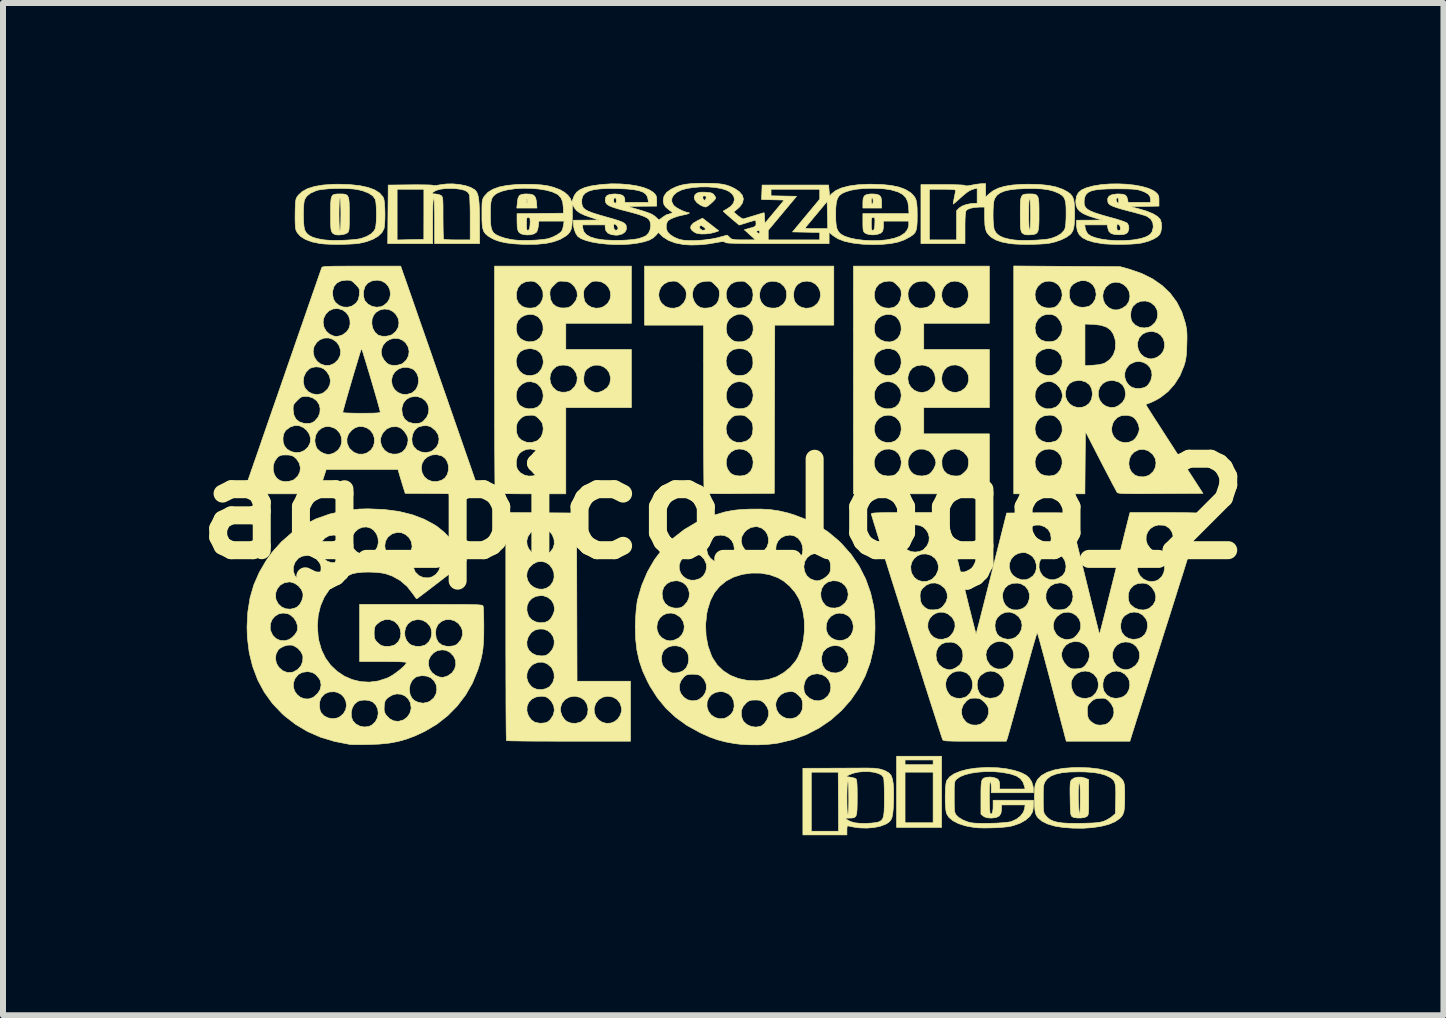
<source format=kicad_pcb>
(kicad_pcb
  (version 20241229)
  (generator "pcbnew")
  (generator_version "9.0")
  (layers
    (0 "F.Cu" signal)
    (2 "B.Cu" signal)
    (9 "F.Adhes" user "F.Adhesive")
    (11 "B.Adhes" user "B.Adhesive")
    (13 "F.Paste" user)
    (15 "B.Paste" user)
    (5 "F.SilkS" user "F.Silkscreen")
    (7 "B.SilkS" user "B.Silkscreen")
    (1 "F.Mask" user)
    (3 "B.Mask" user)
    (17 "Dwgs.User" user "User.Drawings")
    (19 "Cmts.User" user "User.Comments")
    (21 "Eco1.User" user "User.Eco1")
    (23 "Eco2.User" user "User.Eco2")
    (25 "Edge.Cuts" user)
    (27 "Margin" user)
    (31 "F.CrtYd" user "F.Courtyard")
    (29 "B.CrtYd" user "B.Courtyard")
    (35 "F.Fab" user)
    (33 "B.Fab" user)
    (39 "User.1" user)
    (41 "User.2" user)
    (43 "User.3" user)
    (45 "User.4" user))
  (footprint "ag_pico_logo_2"
    (layer "F.Cu")
    (at 9.006 5.432)
    (property "Reference" "ag_pico_logo_2" (at 0 0 0) (layer "F.SilkS") (effects (font (size 1.524 1.524) (thickness 0.3))))
    (attr through_hole)
    (fp_poly (pts (xy 3.64 5.311) (xy 2.89 5.311) (xy 2.89 4.39) (xy 3.031 4.39) (xy 3.031 5.233) (xy 3.499 5.233) (xy 3.499 4.39) (xy 3.031 4.39) (xy 2.89 4.39) (xy 2.89 4.186) (xy 3.031 4.186) (xy 3.031 4.265) (xy 3.499 4.265) (xy 3.499 4.186) (xy 3.031 4.186) (xy 2.89 4.186) (xy 2.89 4.124) (xy 3.64 4.124) (xy 3.64 5.311)) (stroke (width 0.01) (type solid)) (fill yes) (layer "F.SilkS"))
    (fp_poly (pts (xy -3.202 -5.244) (xy -3.156 -5.225) (xy -3.128 -5.187) (xy -3.114 -5.125) (xy -3.112 -5.1) (xy -3.105 -5.014) (xy -3.441 -5.014) (xy -3.431 -5.112) (xy -3.428 -5.132) (xy -3.277 -5.132) (xy -3.275 -5.099) (xy -3.272 -5.091) (xy -3.27 -5.096) (xy -3.267 -5.134) (xy -3.269 -5.159) (xy -3.274 -5.167) (xy -3.276 -5.149) (xy -3.277 -5.132) (xy -3.428 -5.132) (xy -3.421 -5.177) (xy -3.402 -5.217) (xy -3.369 -5.239) (xy -3.315 -5.248) (xy -3.272 -5.249) (xy -3.202 -5.244)) (stroke (width 0.01) (type solid)) (fill yes) (layer "F.SilkS"))
    (fp_poly (pts (xy -0.074 -4.634) (xy -0.135 -4.612) (xy -0.21 -4.593) (xy -0.292 -4.583) (xy -0.371 -4.582) (xy -0.438 -4.592) (xy -0.467 -4.603) (xy -0.521 -4.641) (xy -0.544 -4.681) (xy -0.543 -4.688) (xy -0.398 -4.688) (xy -0.382 -4.665) (xy -0.345 -4.642) (xy -0.307 -4.649) (xy -0.301 -4.652) (xy -0.295 -4.667) (xy -0.315 -4.689) (xy -0.327 -4.698) (xy -0.359 -4.719) (xy -0.379 -4.72) (xy -0.39 -4.711) (xy -0.398 -4.688) (xy -0.543 -4.688) (xy -0.536 -4.722) (xy -0.497 -4.764) (xy -0.431 -4.803) (xy -0.345 -4.845) (xy -0.074 -4.634)) (stroke (width 0.01) (type solid)) (fill yes) (layer "F.SilkS"))
    (fp_poly (pts (xy 2.556 -5.244) (xy 2.602 -5.227) (xy 2.629 -5.194) (xy 2.639 -5.14) (xy 2.64 -5.107) (xy 2.64 -5.014) (xy 2.328 -5.014) (xy 2.328 -5.107) (xy 2.329 -5.132) (xy 2.468 -5.132) (xy 2.472 -5.095) (xy 2.482 -5.077) (xy 2.484 -5.077) (xy 2.494 -5.091) (xy 2.499 -5.124) (xy 2.499 -5.132) (xy 2.495 -5.168) (xy 2.486 -5.186) (xy 2.484 -5.186) (xy 2.473 -5.172) (xy 2.468 -5.139) (xy 2.468 -5.132) (xy 2.329 -5.132) (xy 2.333 -5.172) (xy 2.351 -5.215) (xy 2.388 -5.238) (xy 2.448 -5.248) (xy 2.484 -5.249) (xy 2.556 -5.244)) (stroke (width 0.01) (type solid)) (fill yes) (layer "F.SilkS"))
    (fp_poly (pts (xy -0.303 -5.278) (xy -0.295 -5.277) (xy -0.233 -5.272) (xy -0.194 -5.264) (xy -0.168 -5.249) (xy -0.154 -5.235) (xy -0.133 -5.203) (xy -0.125 -5.182) (xy -0.136 -5.16) (xy -0.165 -5.127) (xy -0.204 -5.091) (xy -0.244 -5.058) (xy -0.278 -5.036) (xy -0.293 -5.031) (xy -0.324 -5.038) (xy -0.366 -5.056) (xy -0.378 -5.062) (xy -0.436 -5.102) (xy -0.472 -5.148) (xy -0.483 -5.19) (xy -0.342 -5.19) (xy -0.334 -5.163) (xy -0.317 -5.144) (xy -0.298 -5.151) (xy -0.285 -5.18) (xy -0.284 -5.184) (xy -0.287 -5.21) (xy -0.311 -5.217) (xy -0.338 -5.211) (xy -0.342 -5.19) (xy -0.483 -5.19) (xy -0.484 -5.194) (xy -0.47 -5.235) (xy -0.445 -5.258) (xy -0.413 -5.272) (xy -0.368 -5.279) (xy -0.303 -5.278)) (stroke (width 0.01) (type solid)) (fill yes) (layer "F.SilkS"))
    (fp_poly (pts (xy 5.975 4.473) (xy 6.034 4.489) (xy 6.092 4.513) (xy 6.092 4.81) (xy 6.092 4.913) (xy 6.091 4.989) (xy 6.09 5.044) (xy 6.086 5.08) (xy 6.081 5.103) (xy 6.073 5.117) (xy 6.062 5.127) (xy 6.058 5.131) (xy 6.017 5.146) (xy 5.959 5.154) (xy 5.898 5.153) (xy 5.844 5.145) (xy 5.818 5.133) (xy 5.807 5.123) (xy 5.799 5.107) (xy 5.793 5.081) (xy 5.789 5.041) (xy 5.786 4.982) (xy 5.784 4.899) (xy 5.783 4.831) (xy 5.782 4.776) (xy 5.919 4.776) (xy 5.92 4.855) (xy 5.923 4.931) (xy 5.927 4.999) (xy 5.933 5.053) (xy 5.94 5.085) (xy 5.946 5.092) (xy 5.947 5.078) (xy 5.949 5.037) (xy 5.95 4.974) (xy 5.951 4.896) (xy 5.951 4.815) (xy 5.951 4.705) (xy 5.948 4.625) (xy 5.944 4.577) (xy 5.939 4.56) (xy 5.936 4.561) (xy 5.929 4.588) (xy 5.924 4.636) (xy 5.92 4.701) (xy 5.919 4.776) (xy 5.782 4.776) (xy 5.781 4.73) (xy 5.781 4.655) (xy 5.783 4.602) (xy 5.786 4.566) (xy 5.792 4.541) (xy 5.801 4.524) (xy 5.806 4.517) (xy 5.848 4.488) (xy 5.908 4.473) (xy 5.975 4.473)) (stroke (width 0.01) (type solid)) (fill yes) (layer "F.SilkS"))
    (fp_poly (pts (xy 5.162 -5.248) (xy 5.2 -5.242) (xy 5.227 -5.227) (xy 5.245 -5.201) (xy 5.256 -5.157) (xy 5.262 -5.094) (xy 5.264 -5.006) (xy 5.264 -4.915) (xy 5.264 -4.804) (xy 5.261 -4.721) (xy 5.255 -4.661) (xy 5.244 -4.621) (xy 5.225 -4.595) (xy 5.199 -4.58) (xy 5.163 -4.572) (xy 5.132 -4.569) (xy 5.081 -4.567) (xy 5.042 -4.569) (xy 5.03 -4.572) (xy 5.003 -4.584) (xy 4.984 -4.598) (xy 4.97 -4.619) (xy 4.961 -4.651) (xy 4.955 -4.699) (xy 4.953 -4.767) (xy 4.952 -4.86) (xy 4.952 -4.914) (xy 5.092 -4.914) (xy 5.093 -4.808) (xy 5.096 -4.726) (xy 5.1 -4.67) (xy 5.105 -4.642) (xy 5.108 -4.639) (xy 5.114 -4.655) (xy 5.119 -4.699) (xy 5.122 -4.77) (xy 5.124 -4.865) (xy 5.124 -4.904) (xy 5.123 -5.003) (xy 5.12 -5.084) (xy 5.116 -5.142) (xy 5.111 -5.174) (xy 5.108 -5.178) (xy 5.102 -5.167) (xy 5.097 -5.126) (xy 5.094 -5.055) (xy 5.093 -4.955) (xy 5.092 -4.914) (xy 4.952 -4.914) (xy 4.952 -4.914) (xy 4.952 -5.025) (xy 4.954 -5.107) (xy 4.96 -5.167) (xy 4.972 -5.207) (xy 4.991 -5.231) (xy 5.019 -5.243) (xy 5.058 -5.248) (xy 5.111 -5.249) (xy 5.112 -5.249) (xy 5.162 -5.248)) (stroke (width 0.01) (type solid)) (fill yes) (layer "F.SilkS"))
    (fp_poly (pts (xy -6.336 -5.248) (xy -6.298 -5.242) (xy -6.271 -5.228) (xy -6.253 -5.202) (xy -6.241 -5.16) (xy -6.235 -5.097) (xy -6.233 -5.011) (xy -6.233 -4.907) (xy -6.233 -4.807) (xy -6.234 -4.733) (xy -6.236 -4.681) (xy -6.24 -4.647) (xy -6.247 -4.624) (xy -6.255 -4.609) (xy -6.264 -4.601) (xy -6.299 -4.583) (xy -6.352 -4.57) (xy -6.409 -4.565) (xy -6.457 -4.568) (xy -6.467 -4.572) (xy -6.494 -4.584) (xy -6.514 -4.598) (xy -6.527 -4.619) (xy -6.537 -4.651) (xy -6.542 -4.699) (xy -6.544 -4.767) (xy -6.545 -4.86) (xy -6.545 -4.914) (xy -6.405 -4.914) (xy -6.404 -4.808) (xy -6.401 -4.726) (xy -6.397 -4.67) (xy -6.392 -4.642) (xy -6.389 -4.639) (xy -6.383 -4.655) (xy -6.378 -4.699) (xy -6.375 -4.77) (xy -6.374 -4.865) (xy -6.373 -4.904) (xy -6.374 -5.003) (xy -6.377 -5.084) (xy -6.381 -5.142) (xy -6.386 -5.174) (xy -6.389 -5.178) (xy -6.395 -5.167) (xy -6.4 -5.126) (xy -6.403 -5.055) (xy -6.405 -4.955) (xy -6.405 -4.914) (xy -6.545 -4.914) (xy -6.545 -4.914) (xy -6.545 -5.025) (xy -6.543 -5.107) (xy -6.537 -5.167) (xy -6.525 -5.207) (xy -6.506 -5.231) (xy -6.478 -5.243) (xy -6.439 -5.248) (xy -6.386 -5.249) (xy -6.386 -5.249) (xy -6.336 -5.248)) (stroke (width 0.01) (type solid)) (fill yes) (layer "F.SilkS"))
    (fp_poly (pts (xy -6.223 -5.405) (xy -6.059 -5.387) (xy -5.922 -5.358) (xy -5.811 -5.317) (xy -5.728 -5.264) (xy -5.673 -5.201) (xy -5.661 -5.177) (xy -5.652 -5.138) (xy -5.645 -5.076) (xy -5.641 -4.999) (xy -5.639 -4.914) (xy -5.64 -4.829) (xy -5.644 -4.753) (xy -5.65 -4.693) (xy -5.655 -4.67) (xy -5.689 -4.605) (xy -5.75 -4.546) (xy -5.837 -4.495) (xy -5.945 -4.454) (xy -6.058 -4.428) (xy -6.129 -4.419) (xy -6.223 -4.413) (xy -6.331 -4.409) (xy -6.444 -4.408) (xy -6.553 -4.41) (xy -6.651 -4.415) (xy -6.725 -4.423) (xy -6.856 -4.45) (xy -6.963 -4.49) (xy -7.046 -4.542) (xy -7.102 -4.604) (xy -7.124 -4.652) (xy -7.131 -4.693) (xy -7.135 -4.76) (xy -7.137 -4.846) (xy -7.136 -4.938) (xy -7.136 -4.945) (xy -6.998 -4.945) (xy -6.998 -4.86) (xy -6.995 -4.779) (xy -6.989 -4.71) (xy -6.98 -4.661) (xy -6.977 -4.649) (xy -6.947 -4.597) (xy -6.902 -4.557) (xy -6.838 -4.525) (xy -6.752 -4.501) (xy -6.649 -4.483) (xy -6.577 -4.477) (xy -6.486 -4.474) (xy -6.384 -4.475) (xy -6.28 -4.479) (xy -6.181 -4.486) (xy -6.097 -4.495) (xy -6.038 -4.506) (xy -5.944 -4.54) (xy -5.869 -4.584) (xy -5.818 -4.637) (xy -5.8 -4.671) (xy -5.791 -4.717) (xy -5.784 -4.784) (xy -5.781 -4.864) (xy -5.781 -4.949) (xy -5.784 -5.03) (xy -5.789 -5.1) (xy -5.798 -5.15) (xy -5.802 -5.162) (xy -5.841 -5.216) (xy -5.909 -5.262) (xy -6.006 -5.3) (xy -6.082 -5.319) (xy -6.157 -5.331) (xy -6.252 -5.338) (xy -6.359 -5.341) (xy -6.469 -5.34) (xy -6.576 -5.335) (xy -6.672 -5.326) (xy -6.75 -5.314) (xy -6.787 -5.303) (xy -6.881 -5.261) (xy -6.944 -5.21) (xy -6.98 -5.15) (xy -6.982 -5.143) (xy -6.99 -5.094) (xy -6.996 -5.026) (xy -6.998 -4.945) (xy -7.136 -4.945) (xy -7.134 -5.027) (xy -7.131 -5.09) (xy -7.127 -5.135) (xy -7.12 -5.166) (xy -7.11 -5.19) (xy -7.095 -5.212) (xy -7.086 -5.225) (xy -7.02 -5.287) (xy -6.93 -5.337) (xy -6.812 -5.374) (xy -6.668 -5.398) (xy -6.496 -5.41) (xy -6.412 -5.411) (xy -6.223 -5.405)) (stroke (width 0.01) (type solid)) (fill yes) (layer "F.SilkS"))
    (fp_poly (pts (xy -4.399 -5.407) (xy -4.297 -5.387) (xy -4.211 -5.358) (xy -4.146 -5.321) (xy -4.138 -5.314) (xy -4.116 -5.29) (xy -4.099 -5.258) (xy -4.086 -5.215) (xy -4.076 -5.158) (xy -4.069 -5.083) (xy -4.065 -4.986) (xy -4.062 -4.864) (xy -4.062 -4.745) (xy -4.061 -4.421) (xy -4.811 -4.421) (xy -4.811 -4.804) (xy -4.812 -4.934) (xy -4.814 -5.039) (xy -4.817 -5.116) (xy -4.821 -5.166) (xy -4.826 -5.186) (xy -4.827 -5.186) (xy -4.832 -5.171) (xy -4.837 -5.126) (xy -4.84 -5.052) (xy -4.842 -4.951) (xy -4.843 -4.824) (xy -4.843 -4.804) (xy -4.843 -4.421) (xy -5.593 -4.421) (xy -5.585 -5.327) (xy -5.436 -5.327) (xy -5.436 -4.482) (xy -5.214 -4.487) (xy -4.991 -4.491) (xy -4.99 -4.909) (xy -4.99 -5.257) (xy -4.851 -5.257) (xy -4.837 -5.25) (xy -4.801 -5.249) (xy -4.752 -5.242) (xy -4.71 -5.227) (xy -4.705 -5.224) (xy -4.694 -5.216) (xy -4.686 -5.204) (xy -4.68 -5.186) (xy -4.675 -5.158) (xy -4.673 -5.115) (xy -4.671 -5.053) (xy -4.671 -4.967) (xy -4.671 -4.855) (xy -4.671 -4.852) (xy -4.67 -4.751) (xy -4.669 -4.66) (xy -4.667 -4.585) (xy -4.665 -4.529) (xy -4.662 -4.498) (xy -4.66 -4.494) (xy -4.642 -4.49) (xy -4.598 -4.487) (xy -4.535 -4.484) (xy -4.458 -4.483) (xy -4.434 -4.483) (xy -4.218 -4.483) (xy -4.218 -4.842) (xy -4.218 -4.946) (xy -4.22 -5.043) (xy -4.223 -5.125) (xy -4.226 -5.189) (xy -4.23 -5.23) (xy -4.233 -5.239) (xy -4.258 -5.278) (xy -4.301 -5.306) (xy -4.366 -5.325) (xy -4.457 -5.337) (xy -4.509 -5.339) (xy -4.622 -5.339) (xy -4.717 -5.328) (xy -4.79 -5.307) (xy -4.838 -5.277) (xy -4.843 -5.271) (xy -4.851 -5.257) (xy -4.99 -5.257) (xy -4.99 -5.327) (xy -5.436 -5.327) (xy -5.585 -5.327) (xy -5.585 -5.397) (xy -5.219 -5.401) (xy -5.114 -5.402) (xy -5.021 -5.401) (xy -4.942 -5.4) (xy -4.883 -5.398) (xy -4.847 -5.395) (xy -4.839 -5.392) (xy -4.818 -5.389) (xy -4.776 -5.392) (xy -4.722 -5.401) (xy -4.721 -5.401) (xy -4.618 -5.415) (xy -4.509 -5.417) (xy -4.399 -5.407)) (stroke (width 0.01) (type solid)) (fill yes) (layer "F.SilkS"))
    (fp_poly (pts (xy 6.104 4.318) (xy 6.259 4.336) (xy 6.394 4.366) (xy 6.506 4.406) (xy 6.594 4.456) (xy 6.654 4.516) (xy 6.667 4.537) (xy 6.678 4.563) (xy 6.686 4.597) (xy 6.69 4.645) (xy 6.693 4.714) (xy 6.693 4.807) (xy 6.693 4.811) (xy 6.692 4.914) (xy 6.687 4.991) (xy 6.679 5.048) (xy 6.664 5.091) (xy 6.643 5.126) (xy 6.613 5.158) (xy 6.605 5.165) (xy 6.529 5.217) (xy 6.426 5.26) (xy 6.3 5.292) (xy 6.156 5.314) (xy 5.997 5.325) (xy 5.827 5.323) (xy 5.663 5.311) (xy 5.523 5.288) (xy 5.406 5.253) (xy 5.313 5.207) (xy 5.247 5.15) (xy 5.229 5.125) (xy 5.214 5.098) (xy 5.204 5.068) (xy 5.197 5.028) (xy 5.192 4.971) (xy 5.189 4.892) (xy 5.189 4.865) (xy 5.188 4.83) (xy 5.335 4.83) (xy 5.335 4.92) (xy 5.337 4.986) (xy 5.34 5.031) (xy 5.346 5.062) (xy 5.355 5.085) (xy 5.367 5.102) (xy 5.405 5.146) (xy 5.45 5.181) (xy 5.506 5.207) (xy 5.575 5.225) (xy 5.662 5.237) (xy 5.772 5.243) (xy 5.906 5.244) (xy 5.967 5.243) (xy 6.08 5.24) (xy 6.167 5.237) (xy 6.233 5.231) (xy 6.284 5.224) (xy 6.324 5.214) (xy 6.339 5.21) (xy 6.399 5.183) (xy 6.457 5.148) (xy 6.479 5.131) (xy 6.537 5.081) (xy 6.543 4.843) (xy 6.544 4.735) (xy 6.542 4.655) (xy 6.535 4.595) (xy 6.523 4.552) (xy 6.503 4.52) (xy 6.475 4.495) (xy 6.445 4.475) (xy 6.369 4.439) (xy 6.279 4.413) (xy 6.17 4.395) (xy 6.039 4.386) (xy 5.928 4.384) (xy 5.773 4.387) (xy 5.645 4.4) (xy 5.542 4.423) (xy 5.462 4.455) (xy 5.403 4.499) (xy 5.366 4.546) (xy 5.354 4.571) (xy 5.345 4.599) (xy 5.339 4.636) (xy 5.336 4.689) (xy 5.335 4.762) (xy 5.335 4.83) (xy 5.188 4.83) (xy 5.188 4.761) (xy 5.191 4.675) (xy 5.198 4.611) (xy 5.202 4.592) (xy 5.239 4.512) (xy 5.305 4.446) (xy 5.398 4.393) (xy 5.519 4.353) (xy 5.667 4.326) (xy 5.843 4.313) (xy 5.93 4.312) (xy 6.104 4.318)) (stroke (width 0.01) (type solid)) (fill yes) (layer "F.SilkS"))
    (fp_poly (pts (xy 2.512 4.324) (xy 2.61 4.337) (xy 2.688 4.361) (xy 2.753 4.397) (xy 2.769 4.409) (xy 2.798 4.444) (xy 2.819 4.499) (xy 2.833 4.576) (xy 2.84 4.677) (xy 2.841 4.805) (xy 2.839 4.893) (xy 2.834 5) (xy 2.826 5.082) (xy 2.814 5.142) (xy 2.795 5.186) (xy 2.767 5.219) (xy 2.73 5.245) (xy 2.702 5.26) (xy 2.616 5.292) (xy 2.51 5.313) (xy 2.395 5.322) (xy 2.279 5.319) (xy 2.244 5.315) (xy 2.181 5.306) (xy 2.128 5.296) (xy 2.094 5.289) (xy 2.089 5.287) (xy 2.073 5.285) (xy 2.065 5.298) (xy 2.062 5.333) (xy 2.062 5.356) (xy 2.062 5.436) (xy 1.328 5.436) (xy 1.328 4.39) (xy 1.468 4.39) (xy 1.468 5.374) (xy 1.923 5.374) (xy 1.922 5.16) (xy 2.04 5.16) (xy 2.044 5.168) (xy 2.055 5.177) (xy 2.119 5.212) (xy 2.195 5.234) (xy 2.29 5.244) (xy 2.39 5.244) (xy 2.471 5.239) (xy 2.54 5.231) (xy 2.587 5.221) (xy 2.598 5.217) (xy 2.627 5.201) (xy 2.649 5.18) (xy 2.664 5.151) (xy 2.675 5.108) (xy 2.682 5.049) (xy 2.685 4.969) (xy 2.687 4.864) (xy 2.687 4.813) (xy 2.686 4.718) (xy 2.684 4.631) (xy 2.681 4.558) (xy 2.677 4.505) (xy 2.672 4.479) (xy 2.643 4.441) (xy 2.588 4.412) (xy 2.516 4.392) (xy 2.431 4.381) (xy 2.34 4.38) (xy 2.248 4.389) (xy 2.162 4.409) (xy 2.095 4.436) (xy 2.042 4.463) (xy 2.117 4.473) (xy 2.166 4.483) (xy 2.203 4.495) (xy 2.213 4.501) (xy 2.221 4.515) (xy 2.226 4.543) (xy 2.23 4.59) (xy 2.233 4.66) (xy 2.234 4.755) (xy 2.234 4.808) (xy 2.233 4.921) (xy 2.231 5.006) (xy 2.226 5.067) (xy 2.217 5.109) (xy 2.201 5.135) (xy 2.178 5.149) (xy 2.146 5.154) (xy 2.103 5.155) (xy 2.103 5.155) (xy 2.058 5.156) (xy 2.04 5.16) (xy 1.922 5.16) (xy 1.92 4.882) (xy 1.92 4.819) (xy 2.062 4.819) (xy 2.063 4.925) (xy 2.065 5.006) (xy 2.069 5.062) (xy 2.075 5.09) (xy 2.078 5.092) (xy 2.084 5.077) (xy 2.088 5.033) (xy 2.092 4.962) (xy 2.093 4.866) (xy 2.093 4.819) (xy 2.092 4.714) (xy 2.09 4.632) (xy 2.086 4.576) (xy 2.08 4.548) (xy 2.078 4.546) (xy 2.072 4.561) (xy 2.067 4.605) (xy 2.064 4.676) (xy 2.062 4.772) (xy 2.062 4.819) (xy 1.92 4.819) (xy 1.917 4.39) (xy 1.468 4.39) (xy 1.328 4.39) (xy 1.328 4.325) (xy 1.769 4.324) (xy 1.895 4.323) (xy 2.021 4.323) (xy 2.14 4.322) (xy 2.246 4.322) (xy 2.334 4.321) (xy 2.39 4.321) (xy 2.512 4.324)) (stroke (width 0.01) (type solid)) (fill yes) (layer "F.SilkS"))
    (fp_poly (pts (xy 4.583 4.317) (xy 4.725 4.334) (xy 4.852 4.361) (xy 4.961 4.396) (xy 5.046 4.439) (xy 5.097 4.481) (xy 5.142 4.55) (xy 5.167 4.634) (xy 5.171 4.681) (xy 5.171 4.733) (xy 4.468 4.733) (xy 4.468 4.639) (xy 4.465 4.59) (xy 4.459 4.556) (xy 4.452 4.546) (xy 4.446 4.56) (xy 4.441 4.6) (xy 4.438 4.659) (xy 4.436 4.73) (xy 4.436 4.808) (xy 4.437 4.887) (xy 4.439 4.96) (xy 4.443 5.022) (xy 4.447 5.066) (xy 4.453 5.085) (xy 4.454 5.086) (xy 4.475 5.086) (xy 4.49 5.056) (xy 4.498 4.998) (xy 4.499 4.956) (xy 4.499 4.858) (xy 5.171 4.858) (xy 5.171 4.935) (xy 5.167 4.991) (xy 5.159 5.041) (xy 5.154 5.056) (xy 5.112 5.126) (xy 5.042 5.188) (xy 4.948 5.241) (xy 4.834 5.281) (xy 4.808 5.288) (xy 4.742 5.3) (xy 4.653 5.309) (xy 4.55 5.316) (xy 4.442 5.319) (xy 4.337 5.32) (xy 4.244 5.317) (xy 4.181 5.311) (xy 4.043 5.286) (xy 3.925 5.249) (xy 3.83 5.2) (xy 3.761 5.142) (xy 3.724 5.082) (xy 3.714 5.041) (xy 3.707 4.978) (xy 3.702 4.899) (xy 3.701 4.813) (xy 3.701 4.804) (xy 3.851 4.804) (xy 3.851 4.9) (xy 3.852 4.97) (xy 3.855 5.02) (xy 3.86 5.054) (xy 3.868 5.078) (xy 3.879 5.097) (xy 3.883 5.103) (xy 3.927 5.146) (xy 3.994 5.186) (xy 4.072 5.218) (xy 4.125 5.232) (xy 4.179 5.239) (xy 4.255 5.243) (xy 4.347 5.244) (xy 4.446 5.243) (xy 4.547 5.24) (xy 4.641 5.234) (xy 4.723 5.227) (xy 4.784 5.218) (xy 4.805 5.212) (xy 4.888 5.174) (xy 4.955 5.122) (xy 5.002 5.06) (xy 5.023 5.003) (xy 5.033 4.936) (xy 4.639 4.936) (xy 4.639 5.007) (xy 4.63 5.075) (xy 4.601 5.12) (xy 4.55 5.146) (xy 4.474 5.155) (xy 4.47 5.155) (xy 4.406 5.151) (xy 4.362 5.138) (xy 4.337 5.123) (xy 4.296 5.09) (xy 4.296 4.811) (xy 4.296 4.704) (xy 4.298 4.625) (xy 4.303 4.567) (xy 4.311 4.529) (xy 4.325 4.504) (xy 4.345 4.489) (xy 4.372 4.48) (xy 4.391 4.475) (xy 4.451 4.471) (xy 4.514 4.48) (xy 4.566 4.5) (xy 4.581 4.51) (xy 4.603 4.55) (xy 4.608 4.603) (xy 4.608 4.671) (xy 5.033 4.671) (xy 5.023 4.628) (xy 4.996 4.554) (xy 4.955 4.499) (xy 4.895 4.457) (xy 4.811 4.426) (xy 4.762 4.414) (xy 4.639 4.392) (xy 4.509 4.381) (xy 4.378 4.38) (xy 4.251 4.389) (xy 4.134 4.406) (xy 4.031 4.432) (xy 3.949 4.465) (xy 3.891 4.506) (xy 3.888 4.508) (xy 3.874 4.524) (xy 3.864 4.542) (xy 3.858 4.566) (xy 3.854 4.601) (xy 3.851 4.653) (xy 3.851 4.727) (xy 3.851 4.804) (xy 3.701 4.804) (xy 3.702 4.726) (xy 3.706 4.646) (xy 3.713 4.581) (xy 3.723 4.537) (xy 3.726 4.53) (xy 3.774 4.469) (xy 3.85 4.417) (xy 3.952 4.375) (xy 4.077 4.342) (xy 4.223 4.321) (xy 4.388 4.312) (xy 4.43 4.312) (xy 4.583 4.317)) (stroke (width 0.01) (type solid)) (fill yes) (layer "F.SilkS"))
    (fp_poly (pts (xy 4.374 -5.196) (xy 4.425 -5.245) (xy 4.497 -5.301) (xy 4.585 -5.345) (xy 4.693 -5.377) (xy 4.824 -5.398) (xy 4.979 -5.409) (xy 5.092 -5.411) (xy 5.269 -5.407) (xy 5.419 -5.392) (xy 5.546 -5.366) (xy 5.652 -5.329) (xy 5.678 -5.317) (xy 5.742 -5.282) (xy 5.788 -5.248) (xy 5.82 -5.208) (xy 5.841 -5.158) (xy 5.852 -5.091) (xy 5.857 -5.002) (xy 5.858 -4.925) (xy 5.856 -4.817) (xy 5.851 -4.736) (xy 5.841 -4.675) (xy 5.825 -4.629) (xy 5.802 -4.593) (xy 5.784 -4.573) (xy 5.722 -4.528) (xy 5.637 -4.486) (xy 5.538 -4.451) (xy 5.44 -4.428) (xy 5.368 -4.419) (xy 5.274 -4.413) (xy 5.166 -4.409) (xy 5.054 -4.408) (xy 4.944 -4.41) (xy 4.847 -4.415) (xy 4.773 -4.423) (xy 4.648 -4.447) (xy 4.549 -4.48) (xy 4.474 -4.523) (xy 4.462 -4.532) (xy 4.42 -4.572) (xy 4.391 -4.613) (xy 4.373 -4.664) (xy 4.362 -4.731) (xy 4.359 -4.819) (xy 4.358 -4.858) (xy 4.358 -4.887) (xy 4.498 -4.887) (xy 4.5 -4.802) (xy 4.506 -4.727) (xy 4.514 -4.671) (xy 4.52 -4.649) (xy 4.553 -4.595) (xy 4.603 -4.552) (xy 4.674 -4.519) (xy 4.769 -4.495) (xy 4.85 -4.482) (xy 4.922 -4.476) (xy 5.013 -4.474) (xy 5.115 -4.475) (xy 5.219 -4.479) (xy 5.317 -4.486) (xy 5.4 -4.495) (xy 5.46 -4.506) (xy 5.553 -4.54) (xy 5.628 -4.584) (xy 5.679 -4.637) (xy 5.697 -4.671) (xy 5.704 -4.708) (xy 5.711 -4.768) (xy 5.715 -4.843) (xy 5.716 -4.921) (xy 5.715 -5.024) (xy 5.709 -5.101) (xy 5.695 -5.158) (xy 5.673 -5.2) (xy 5.639 -5.232) (xy 5.593 -5.26) (xy 5.592 -5.26) (xy 5.512 -5.294) (xy 5.421 -5.318) (xy 5.314 -5.333) (xy 5.187 -5.339) (xy 5.038 -5.338) (xy 4.892 -5.331) (xy 4.775 -5.317) (xy 4.682 -5.295) (xy 4.612 -5.264) (xy 4.56 -5.224) (xy 4.526 -5.173) (xy 4.521 -5.161) (xy 4.51 -5.119) (xy 4.503 -5.053) (xy 4.499 -4.973) (xy 4.498 -4.887) (xy 4.358 -4.887) (xy 4.358 -5.03) (xy 4.276 -5.03) (xy 4.19 -5.024) (xy 4.119 -5.01) (xy 4.068 -4.989) (xy 4.05 -4.973) (xy 4.042 -4.951) (xy 4.036 -4.907) (xy 4.032 -4.839) (xy 4.03 -4.745) (xy 4.03 -4.683) (xy 4.03 -4.421) (xy 3.296 -4.421) (xy 3.296 -5.327) (xy 3.437 -5.327) (xy 3.437 -4.483) (xy 3.89 -4.483) (xy 3.89 -4.97) (xy 3.933 -5.014) (xy 3.983 -5.047) (xy 4.053 -5.073) (xy 4.134 -5.089) (xy 4.187 -5.092) (xy 4.233 -5.092) (xy 4.233 -5.346) (xy 4.195 -5.336) (xy 4.146 -5.322) (xy 4.104 -5.302) (xy 4.06 -5.273) (xy 4.007 -5.23) (xy 3.959 -5.187) (xy 3.909 -5.142) (xy 3.868 -5.107) (xy 3.841 -5.085) (xy 3.834 -5.081) (xy 3.835 -5.097) (xy 3.841 -5.135) (xy 3.851 -5.186) (xy 3.862 -5.241) (xy 3.871 -5.285) (xy 3.873 -5.307) (xy 3.866 -5.316) (xy 3.839 -5.321) (xy 3.79 -5.325) (xy 3.716 -5.327) (xy 3.655 -5.327) (xy 3.437 -5.327) (xy 3.296 -5.327) (xy 3.296 -5.405) (xy 3.662 -5.405) (xy 3.787 -5.404) (xy 3.888 -5.402) (xy 3.964 -5.399) (xy 4.013 -5.395) (xy 4.033 -5.39) (xy 4.033 -5.389) (xy 4.051 -5.383) (xy 4.096 -5.387) (xy 4.147 -5.397) (xy 4.212 -5.409) (xy 4.274 -5.417) (xy 4.315 -5.42) (xy 4.374 -5.421) (xy 4.374 -5.196)) (stroke (width 0.01) (type solid)) (fill yes) (layer "F.SilkS"))
    (fp_poly (pts (xy 6.725 -5.411) (xy 6.859 -5.396) (xy 6.981 -5.373) (xy 7.086 -5.343) (xy 7.169 -5.306) (xy 7.209 -5.278) (xy 7.24 -5.248) (xy 7.257 -5.22) (xy 7.263 -5.183) (xy 7.264 -5.138) (xy 7.264 -5.046) (xy 7.026 -5.042) (xy 6.787 -5.038) (xy 6.928 -5.001) (xy 7.062 -4.961) (xy 7.166 -4.918) (xy 7.24 -4.873) (xy 7.284 -4.826) (xy 7.287 -4.822) (xy 7.305 -4.762) (xy 7.308 -4.689) (xy 7.295 -4.618) (xy 7.275 -4.572) (xy 7.236 -4.534) (xy 7.173 -4.497) (xy 7.092 -4.463) (xy 7 -4.437) (xy 6.957 -4.428) (xy 6.883 -4.419) (xy 6.786 -4.412) (xy 6.676 -4.409) (xy 6.563 -4.408) (xy 6.454 -4.411) (xy 6.359 -4.416) (xy 6.304 -4.423) (xy 6.171 -4.447) (xy 6.067 -4.479) (xy 5.989 -4.519) (xy 5.935 -4.57) (xy 5.903 -4.633) (xy 5.89 -4.711) (xy 5.889 -4.732) (xy 5.889 -4.811) (xy 6.104 -4.812) (xy 6.319 -4.814) (xy 6.215 -4.843) (xy 6.098 -4.88) (xy 6.009 -4.917) (xy 5.946 -4.958) (xy 5.905 -5.003) (xy 5.883 -5.057) (xy 5.879 -5.101) (xy 6.016 -5.101) (xy 6.022 -5.059) (xy 6.04 -5.024) (xy 6.073 -4.993) (xy 6.123 -4.964) (xy 6.195 -4.935) (xy 6.29 -4.904) (xy 6.411 -4.869) (xy 6.459 -4.856) (xy 6.55 -4.831) (xy 6.629 -4.806) (xy 6.69 -4.784) (xy 6.727 -4.767) (xy 6.736 -4.761) (xy 6.759 -4.718) (xy 6.762 -4.665) (xy 6.746 -4.617) (xy 6.731 -4.599) (xy 6.704 -4.582) (xy 6.664 -4.572) (xy 6.604 -4.569) (xy 6.592 -4.569) (xy 6.515 -4.575) (xy 6.462 -4.593) (xy 6.429 -4.626) (xy 6.411 -4.679) (xy 6.411 -4.681) (xy 6.409 -4.694) (xy 6.561 -4.694) (xy 6.564 -4.656) (xy 6.578 -4.641) (xy 6.592 -4.639) (xy 6.617 -4.649) (xy 6.623 -4.675) (xy 6.614 -4.714) (xy 6.592 -4.742) (xy 6.573 -4.749) (xy 6.565 -4.735) (xy 6.561 -4.701) (xy 6.561 -4.694) (xy 6.409 -4.694) (xy 6.401 -4.733) (xy 6.026 -4.733) (xy 6.035 -4.676) (xy 6.051 -4.626) (xy 6.078 -4.584) (xy 6.079 -4.582) (xy 6.128 -4.548) (xy 6.202 -4.52) (xy 6.297 -4.497) (xy 6.408 -4.481) (xy 6.53 -4.472) (xy 6.657 -4.471) (xy 6.785 -4.478) (xy 6.842 -4.484) (xy 6.963 -4.506) (xy 7.056 -4.537) (xy 7.118 -4.576) (xy 7.149 -4.618) (xy 7.169 -4.698) (xy 7.161 -4.771) (xy 7.126 -4.831) (xy 7.065 -4.875) (xy 7.053 -4.88) (xy 7.02 -4.892) (xy 6.963 -4.909) (xy 6.89 -4.93) (xy 6.808 -4.952) (xy 6.778 -4.959) (xy 6.661 -4.99) (xy 6.571 -5.017) (xy 6.504 -5.04) (xy 6.459 -5.061) (xy 6.43 -5.082) (xy 6.415 -5.105) (xy 6.412 -5.114) (xy 6.409 -5.163) (xy 6.551 -5.163) (xy 6.552 -5.137) (xy 6.566 -5.108) (xy 6.584 -5.093) (xy 6.586 -5.092) (xy 6.59 -5.106) (xy 6.592 -5.139) (xy 6.592 -5.139) (xy 6.586 -5.174) (xy 6.572 -5.186) (xy 6.555 -5.172) (xy 6.551 -5.163) (xy 6.409 -5.163) (xy 6.408 -5.17) (xy 6.431 -5.211) (xy 6.481 -5.237) (xy 6.557 -5.248) (xy 6.586 -5.249) (xy 6.655 -5.245) (xy 6.7 -5.231) (xy 6.726 -5.204) (xy 6.739 -5.163) (xy 6.75 -5.108) (xy 7.123 -5.108) (xy 7.123 -5.162) (xy 7.113 -5.21) (xy 7.079 -5.25) (xy 7.019 -5.284) (xy 6.953 -5.308) (xy 6.914 -5.318) (xy 6.869 -5.325) (xy 6.812 -5.33) (xy 6.738 -5.333) (xy 6.642 -5.334) (xy 6.561 -5.335) (xy 6.415 -5.333) (xy 6.298 -5.327) (xy 6.205 -5.316) (xy 6.135 -5.299) (xy 6.084 -5.275) (xy 6.05 -5.243) (xy 6.029 -5.202) (xy 6.018 -5.15) (xy 6.016 -5.101) (xy 5.879 -5.101) (xy 5.877 -5.122) (xy 5.878 -5.143) (xy 5.891 -5.214) (xy 5.922 -5.271) (xy 5.975 -5.316) (xy 6.053 -5.351) (xy 6.158 -5.38) (xy 6.168 -5.382) (xy 6.3 -5.404) (xy 6.44 -5.415) (xy 6.584 -5.417) (xy 6.725 -5.411)) (stroke (width 0.01) (type solid)) (fill yes) (layer "F.SilkS"))
    (fp_poly (pts (xy -2.445 0.07) (xy -2.441 1.472) (xy -2.437 2.874) (xy -1.546 2.874) (xy -1.546 3.874) (xy -2.575 3.874) (xy -2.751 3.874) (xy -2.919 3.873) (xy -3.074 3.873) (xy -3.215 3.872) (xy -3.338 3.871) (xy -3.442 3.869) (xy -3.524 3.868) (xy -3.581 3.866) (xy -3.61 3.864) (xy -3.614 3.864) (xy -3.615 3.847) (xy -3.616 3.801) (xy -3.618 3.728) (xy -3.619 3.629) (xy -3.62 3.506) (xy -3.621 3.369) (xy -3.273 3.369) (xy -3.248 3.449) (xy -3.246 3.452) (xy -3.199 3.518) (xy -3.139 3.558) (xy -3.061 3.574) (xy -3.016 3.573) (xy -2.962 3.566) (xy -2.925 3.551) (xy -2.89 3.521) (xy -2.88 3.511) (xy -2.834 3.439) (xy -2.815 3.361) (xy -2.821 3.316) (xy -2.713 3.316) (xy -2.71 3.381) (xy -2.686 3.451) (xy -2.645 3.511) (xy -2.606 3.546) (xy -2.536 3.572) (xy -2.458 3.576) (xy -2.384 3.557) (xy -2.363 3.546) (xy -2.299 3.492) (xy -2.262 3.424) (xy -2.253 3.341) (xy -2.254 3.331) (xy -2.255 3.326) (xy -2.152 3.326) (xy -2.148 3.398) (xy -2.122 3.464) (xy -2.077 3.518) (xy -2.018 3.557) (xy -1.949 3.576) (xy -1.875 3.572) (xy -1.812 3.548) (xy -1.757 3.503) (xy -1.716 3.441) (xy -1.694 3.371) (xy -1.694 3.321) (xy -1.721 3.239) (xy -1.771 3.177) (xy -1.84 3.138) (xy -1.925 3.124) (xy -1.926 3.124) (xy -2.006 3.139) (xy -2.075 3.18) (xy -2.125 3.244) (xy -2.128 3.25) (xy -2.152 3.326) (xy -2.255 3.326) (xy -2.274 3.25) (xy -2.317 3.187) (xy -2.382 3.144) (xy -2.465 3.125) (xy -2.487 3.124) (xy -2.569 3.139) (xy -2.637 3.179) (xy -2.687 3.24) (xy -2.713 3.316) (xy -2.821 3.316) (xy -2.825 3.283) (xy -2.863 3.211) (xy -2.898 3.173) (xy -2.939 3.142) (xy -2.978 3.128) (xy -3.032 3.124) (xy -3.035 3.124) (xy -3.122 3.137) (xy -3.192 3.172) (xy -3.242 3.226) (xy -3.27 3.293) (xy -3.273 3.369) (xy -3.621 3.369) (xy -3.621 3.362) (xy -3.622 3.198) (xy -3.622 3.016) (xy -3.623 2.82) (xy -3.274 2.82) (xy -3.251 2.893) (xy -3.204 2.956) (xy -3.166 2.985) (xy -3.102 3.01) (xy -3.027 3.014) (xy -2.955 2.998) (xy -2.895 2.965) (xy -2.89 2.96) (xy -2.84 2.893) (xy -2.817 2.816) (xy -2.821 2.737) (xy -2.852 2.662) (xy -2.87 2.638) (xy -2.935 2.583) (xy -3.008 2.556) (xy -3.086 2.558) (xy -3.162 2.589) (xy -3.193 2.611) (xy -3.245 2.673) (xy -3.272 2.745) (xy -3.274 2.82) (xy -3.623 2.82) (xy -3.623 2.819) (xy -3.623 2.607) (xy -3.624 2.383) (xy -3.624 2.215) (xy -3.274 2.215) (xy -3.27 2.289) (xy -3.241 2.354) (xy -3.189 2.406) (xy -3.119 2.44) (xy -3.035 2.452) (xy -2.98 2.449) (xy -2.94 2.435) (xy -2.9 2.406) (xy -2.899 2.405) (xy -2.847 2.342) (xy -2.82 2.271) (xy -2.817 2.2) (xy -2.835 2.132) (xy -2.873 2.074) (xy -2.928 2.029) (xy -2.998 2.005) (xy -3.062 2.003) (xy -3.141 2.022) (xy -3.201 2.064) (xy -3.248 2.132) (xy -3.251 2.137) (xy -3.274 2.215) (xy -3.624 2.215) (xy -3.624 2.149) (xy -3.624 1.958) (xy -3.624 1.696) (xy -3.273 1.696) (xy -3.249 1.777) (xy -3.237 1.8) (xy -3.19 1.851) (xy -3.125 1.885) (xy -3.05 1.9) (xy -2.975 1.894) (xy -2.912 1.867) (xy -2.875 1.83) (xy -2.842 1.774) (xy -2.819 1.712) (xy -2.812 1.666) (xy -2.826 1.588) (xy -2.865 1.523) (xy -2.924 1.475) (xy -2.999 1.449) (xy -3.038 1.446) (xy -3.124 1.459) (xy -3.192 1.496) (xy -3.242 1.55) (xy -3.27 1.619) (xy -3.273 1.696) (xy -3.624 1.696) (xy -3.624 1.127) (xy -3.276 1.127) (xy -3.257 1.199) (xy -3.216 1.262) (xy -3.155 1.309) (xy -3.154 1.31) (xy -3.078 1.337) (xy -3.01 1.34) (xy -2.946 1.322) (xy -2.884 1.28) (xy -2.841 1.219) (xy -2.819 1.146) (xy -2.822 1.068) (xy -2.847 1) (xy -2.897 0.933) (xy -2.96 0.892) (xy -3.031 0.876) (xy -3.105 0.886) (xy -3.175 0.923) (xy -3.236 0.984) (xy -3.269 1.053) (xy -3.276 1.127) (xy -3.624 1.127) (xy -3.624 0.535) (xy -3.275 0.535) (xy -3.269 0.603) (xy -3.242 0.666) (xy -3.199 0.719) (xy -3.141 0.758) (xy -3.072 0.778) (xy -2.996 0.775) (xy -2.947 0.76) (xy -2.881 0.717) (xy -2.837 0.657) (xy -2.816 0.587) (xy -2.82 0.511) (xy -2.848 0.437) (xy -2.877 0.398) (xy -2.94 0.347) (xy -3.013 0.323) (xy -3.088 0.327) (xy -3.162 0.358) (xy -3.212 0.399) (xy -3.257 0.466) (xy -3.275 0.535) (xy -3.624 0.535) (xy -3.624 0.062) (xy -2.445 0.07)) (stroke (width 0.01) (type solid)) (fill yes) (layer "F.SilkS"))
    (fp_poly (pts (xy -1.531 -3.093) (xy -2.624 -3.093) (xy -2.624 -2.656) (xy -1.531 -2.656) (xy -1.531 -1.687) (xy -2.624 -1.687) (xy -2.624 -0.25) (xy -3.208 -0.25) (xy -3.34 -0.25) (xy -3.462 -0.251) (xy -3.57 -0.252) (xy -3.662 -0.254) (xy -3.733 -0.256) (xy -3.781 -0.258) (xy -3.801 -0.26) (xy -3.801 -0.26) (xy -3.802 -0.277) (xy -3.804 -0.323) (xy -3.805 -0.396) (xy -3.806 -0.495) (xy -3.807 -0.618) (xy -3.808 -0.762) (xy -3.808 -0.793) (xy -3.45 -0.793) (xy -3.449 -0.719) (xy -3.43 -0.658) (xy -3.385 -0.603) (xy -3.321 -0.565) (xy -3.247 -0.546) (xy -3.17 -0.549) (xy -3.1 -0.576) (xy -3.1 -0.576) (xy -3.048 -0.624) (xy -3.014 -0.69) (xy -3 -0.765) (xy -3.008 -0.838) (xy -3.021 -0.872) (xy -3.071 -0.938) (xy -3.136 -0.98) (xy -3.21 -0.998) (xy -3.286 -0.99) (xy -3.358 -0.955) (xy -3.398 -0.922) (xy -3.433 -0.865) (xy -3.45 -0.793) (xy -3.808 -0.793) (xy -3.809 -0.926) (xy -3.81 -1.107) (xy -3.81 -1.305) (xy -3.811 -1.355) (xy -3.449 -1.355) (xy -3.444 -1.266) (xy -3.415 -1.195) (xy -3.36 -1.143) (xy -3.282 -1.111) (xy -3.276 -1.109) (xy -3.191 -1.105) (xy -3.112 -1.13) (xy -3.087 -1.145) (xy -3.039 -1.196) (xy -3.009 -1.264) (xy -3 -1.34) (xy -3.012 -1.413) (xy -3.022 -1.436) (xy -3.05 -1.475) (xy -3.088 -1.516) (xy -3.096 -1.523) (xy -3.128 -1.547) (xy -3.16 -1.559) (xy -3.202 -1.561) (xy -3.238 -1.559) (xy -3.294 -1.552) (xy -3.333 -1.539) (xy -3.368 -1.513) (xy -3.385 -1.496) (xy -3.421 -1.455) (xy -3.439 -1.416) (xy -3.448 -1.362) (xy -3.449 -1.355) (xy -3.811 -1.355) (xy -3.811 -1.516) (xy -3.811 -1.74) (xy -3.811 -1.876) (xy -3.452 -1.876) (xy -3.438 -1.803) (xy -3.405 -1.741) (xy -3.383 -1.719) (xy -3.318 -1.683) (xy -3.241 -1.667) (xy -3.163 -1.672) (xy -3.096 -1.697) (xy -3.042 -1.748) (xy -3.01 -1.813) (xy -3 -1.886) (xy -3.011 -1.959) (xy -3.043 -2.026) (xy -3.096 -2.08) (xy -3.125 -2.097) (xy -3.203 -2.12) (xy -3.281 -2.115) (xy -3.352 -2.081) (xy -3.412 -2.022) (xy -3.417 -2.015) (xy -3.445 -1.95) (xy -3.452 -1.876) (xy -3.811 -1.876) (xy -3.812 -1.974) (xy -3.812 -2.158) (xy -3.812 -2.172) (xy -2.89 -2.172) (xy -2.878 -2.098) (xy -2.843 -2.03) (xy -2.786 -1.976) (xy -2.765 -1.964) (xy -2.697 -1.944) (xy -2.623 -1.945) (xy -2.554 -1.966) (xy -2.533 -1.98) (xy -2.473 -2.041) (xy -2.44 -2.113) (xy -2.438 -2.133) (xy -2.325 -2.133) (xy -2.318 -2.091) (xy -2.298 -2.053) (xy -2.293 -2.046) (xy -2.245 -1.994) (xy -2.184 -1.956) (xy -2.121 -1.938) (xy -2.108 -1.937) (xy -2.071 -1.944) (xy -2.022 -1.962) (xy -2 -1.972) (xy -1.932 -2.021) (xy -1.891 -2.086) (xy -1.878 -2.165) (xy -1.879 -2.192) (xy -1.9 -2.268) (xy -1.942 -2.328) (xy -2.001 -2.371) (xy -2.069 -2.394) (xy -2.142 -2.395) (xy -2.213 -2.372) (xy -2.273 -2.328) (xy -2.301 -2.292) (xy -2.316 -2.251) (xy -2.324 -2.192) (xy -2.324 -2.191) (xy -2.325 -2.133) (xy -2.438 -2.133) (xy -2.433 -2.189) (xy -2.452 -2.263) (xy -2.496 -2.33) (xy -2.542 -2.368) (xy -2.597 -2.389) (xy -2.665 -2.397) (xy -2.733 -2.39) (xy -2.787 -2.369) (xy -2.845 -2.314) (xy -2.879 -2.247) (xy -2.89 -2.172) (xy -3.812 -2.172) (xy -3.812 -2.453) (xy -3.452 -2.453) (xy -3.437 -2.368) (xy -3.395 -2.296) (xy -3.339 -2.248) (xy -3.278 -2.225) (xy -3.207 -2.221) (xy -3.138 -2.235) (xy -3.084 -2.266) (xy -3.084 -2.266) (xy -3.029 -2.334) (xy -3.003 -2.411) (xy -2.999 -2.456) (xy -3.013 -2.537) (xy -3.051 -2.602) (xy -3.112 -2.647) (xy -3.191 -2.669) (xy -3.226 -2.671) (xy -3.312 -2.658) (xy -3.38 -2.622) (xy -3.427 -2.564) (xy -3.45 -2.487) (xy -3.452 -2.453) (xy -3.812 -2.453) (xy -3.812 -2.991) (xy -3.451 -2.991) (xy -3.435 -2.916) (xy -3.428 -2.899) (xy -3.386 -2.843) (xy -3.324 -2.804) (xy -3.25 -2.784) (xy -3.174 -2.787) (xy -3.119 -2.805) (xy -3.059 -2.849) (xy -3.021 -2.911) (xy -3.002 -2.983) (xy -3.005 -3.058) (xy -3.03 -3.13) (xy -3.077 -3.191) (xy -3.095 -3.206) (xy -3.159 -3.236) (xy -3.233 -3.242) (xy -3.307 -3.226) (xy -3.372 -3.19) (xy -3.421 -3.137) (xy -3.446 -3.07) (xy -3.451 -2.991) (xy -3.812 -2.991) (xy -3.812 -3.586) (xy -3.449 -3.586) (xy -3.444 -3.5) (xy -3.413 -3.43) (xy -3.357 -3.379) (xy -3.339 -3.369) (xy -3.275 -3.349) (xy -3.204 -3.345) (xy -3.139 -3.355) (xy -3.111 -3.368) (xy -3.049 -3.422) (xy -3.012 -3.494) (xy -3.003 -3.54) (xy -3.004 -3.577) (xy -2.89 -3.577) (xy -2.878 -3.488) (xy -2.842 -3.419) (xy -2.785 -3.373) (xy -2.708 -3.349) (xy -2.643 -3.348) (xy -2.587 -3.355) (xy -2.546 -3.373) (xy -2.506 -3.406) (xy -2.454 -3.476) (xy -2.431 -3.55) (xy -2.434 -3.579) (xy -2.328 -3.579) (xy -2.323 -3.522) (xy -2.312 -3.471) (xy -2.305 -3.453) (xy -2.26 -3.398) (xy -2.196 -3.361) (xy -2.123 -3.344) (xy -2.048 -3.35) (xy -1.988 -3.374) (xy -1.925 -3.427) (xy -1.888 -3.491) (xy -1.875 -3.56) (xy -1.884 -3.628) (xy -1.913 -3.692) (xy -1.961 -3.744) (xy -2.026 -3.781) (xy -2.107 -3.796) (xy -2.115 -3.796) (xy -2.16 -3.794) (xy -2.193 -3.783) (xy -2.227 -3.759) (xy -2.259 -3.728) (xy -2.298 -3.687) (xy -2.318 -3.655) (xy -2.326 -3.62) (xy -2.328 -3.579) (xy -2.434 -3.579) (xy -2.438 -3.625) (xy -2.475 -3.698) (xy -2.507 -3.733) (xy -2.544 -3.765) (xy -2.58 -3.782) (xy -2.629 -3.791) (xy -2.656 -3.793) (xy -2.707 -3.796) (xy -2.742 -3.792) (xy -2.77 -3.777) (xy -2.804 -3.745) (xy -2.82 -3.73) (xy -2.859 -3.689) (xy -2.88 -3.657) (xy -2.888 -3.623) (xy -2.89 -3.577) (xy -3.004 -3.577) (xy -3.006 -3.622) (xy -3.037 -3.693) (xy -3.088 -3.749) (xy -3.133 -3.782) (xy -3.181 -3.795) (xy -3.211 -3.796) (xy -3.3 -3.783) (xy -3.37 -3.746) (xy -3.42 -3.687) (xy -3.446 -3.609) (xy -3.449 -3.586) (xy -3.812 -3.586) (xy -3.812 -4.046) (xy -1.531 -4.046) (xy -1.531 -3.093)) (stroke (width 0.01) (type solid)) (fill yes) (layer "F.SilkS"))
    (fp_poly (pts (xy 1.843 -3.062) (xy 0.859 -3.062) (xy 0.851 -0.258) (xy 0.272 -0.254) (xy 0.141 -0.253) (xy 0.019 -0.253) (xy -0.089 -0.253) (xy -0.18 -0.254) (xy -0.251 -0.256) (xy -0.298 -0.258) (xy -0.317 -0.26) (xy -0.317 -0.26) (xy -0.319 -0.277) (xy -0.321 -0.323) (xy -0.322 -0.395) (xy -0.323 -0.493) (xy -0.324 -0.612) (xy -0.325 -0.742) (xy 0.05 -0.742) (xy 0.07 -0.668) (xy 0.11 -0.607) (xy 0.147 -0.576) (xy 0.21 -0.553) (xy 0.286 -0.547) (xy 0.359 -0.559) (xy 0.401 -0.577) (xy 0.458 -0.629) (xy 0.491 -0.7) (xy 0.5 -0.779) (xy 0.487 -0.856) (xy 0.451 -0.918) (xy 0.399 -0.963) (xy 0.335 -0.99) (xy 0.266 -0.998) (xy 0.197 -0.985) (xy 0.133 -0.949) (xy 0.08 -0.89) (xy 0.078 -0.887) (xy 0.052 -0.817) (xy 0.05 -0.742) (xy -0.325 -0.742) (xy -0.325 -0.752) (xy -0.326 -0.909) (xy -0.327 -1.082) (xy -0.328 -1.268) (xy -0.328 -1.336) (xy 0.047 -1.336) (xy 0.06 -1.251) (xy 0.097 -1.184) (xy 0.152 -1.135) (xy 0.222 -1.108) (xy 0.301 -1.106) (xy 0.385 -1.131) (xy 0.395 -1.135) (xy 0.453 -1.18) (xy 0.486 -1.245) (xy 0.496 -1.33) (xy 0.496 -1.35) (xy 0.49 -1.404) (xy 0.478 -1.441) (xy 0.454 -1.474) (xy 0.425 -1.502) (xy 0.384 -1.537) (xy 0.35 -1.555) (xy 0.308 -1.562) (xy 0.275 -1.562) (xy 0.217 -1.559) (xy 0.176 -1.546) (xy 0.141 -1.521) (xy 0.081 -1.454) (xy 0.051 -1.378) (xy 0.047 -1.336) (xy -0.328 -1.336) (xy -0.328 -1.466) (xy -0.328 -1.666) (xy -0.328 -1.849) (xy 0.051 -1.849) (xy 0.071 -1.778) (xy 0.112 -1.723) (xy 0.116 -1.719) (xy 0.181 -1.683) (xy 0.258 -1.667) (xy 0.337 -1.672) (xy 0.403 -1.697) (xy 0.454 -1.747) (xy 0.488 -1.815) (xy 0.5 -1.892) (xy 0.487 -1.971) (xy 0.452 -2.035) (xy 0.4 -2.082) (xy 0.338 -2.111) (xy 0.269 -2.121) (xy 0.201 -2.11) (xy 0.139 -2.077) (xy 0.087 -2.02) (xy 0.074 -1.998) (xy 0.051 -1.925) (xy 0.051 -1.849) (xy -0.328 -1.849) (xy -0.328 -2.47) (xy 0.047 -2.47) (xy 0.054 -2.397) (xy 0.083 -2.327) (xy 0.133 -2.268) (xy 0.16 -2.248) (xy 0.204 -2.228) (xy 0.254 -2.221) (xy 0.294 -2.223) (xy 0.35 -2.23) (xy 0.39 -2.247) (xy 0.43 -2.281) (xy 0.433 -2.285) (xy 0.469 -2.325) (xy 0.487 -2.365) (xy 0.496 -2.419) (xy 0.496 -2.425) (xy 0.492 -2.513) (xy 0.464 -2.582) (xy 0.41 -2.635) (xy 0.401 -2.641) (xy 0.34 -2.664) (xy 0.265 -2.671) (xy 0.192 -2.661) (xy 0.155 -2.647) (xy 0.097 -2.602) (xy 0.062 -2.54) (xy 0.047 -2.47) (xy -0.328 -2.47) (xy -0.328 -3.024) (xy 0.05 -3.024) (xy 0.051 -2.987) (xy 0.06 -2.927) (xy 0.08 -2.884) (xy 0.103 -2.857) (xy 0.139 -2.823) (xy 0.173 -2.799) (xy 0.18 -2.796) (xy 0.239 -2.783) (xy 0.31 -2.785) (xy 0.375 -2.802) (xy 0.384 -2.806) (xy 0.444 -2.849) (xy 0.483 -2.91) (xy 0.5 -2.979) (xy 0.497 -3.053) (xy 0.472 -3.123) (xy 0.427 -3.183) (xy 0.375 -3.22) (xy 0.314 -3.244) (xy 0.255 -3.245) (xy 0.19 -3.223) (xy 0.172 -3.214) (xy 0.105 -3.166) (xy 0.065 -3.103) (xy 0.05 -3.024) (xy -0.328 -3.024) (xy -0.328 -3.062) (xy -1.312 -3.062) (xy -1.312 -3.564) (xy -1.076 -3.564) (xy -1.064 -3.495) (xy -1.03 -3.431) (xy -0.97 -3.377) (xy -0.965 -3.374) (xy -0.894 -3.348) (xy -0.816 -3.344) (xy -0.742 -3.365) (xy -0.717 -3.378) (xy -0.656 -3.437) (xy -0.621 -3.509) (xy -0.615 -3.592) (xy -0.615 -3.592) (xy -0.616 -3.599) (xy -0.513 -3.599) (xy -0.508 -3.525) (xy -0.483 -3.455) (xy -0.439 -3.395) (xy -0.381 -3.356) (xy -0.375 -3.354) (xy -0.319 -3.345) (xy -0.252 -3.348) (xy -0.19 -3.363) (xy -0.176 -3.369) (xy -0.115 -3.413) (xy -0.077 -3.477) (xy -0.063 -3.562) (xy -0.063 -3.575) (xy -0.063 -3.599) (xy 0.049 -3.599) (xy 0.052 -3.525) (xy 0.076 -3.456) (xy 0.103 -3.419) (xy 0.14 -3.385) (xy 0.173 -3.361) (xy 0.18 -3.358) (xy 0.239 -3.345) (xy 0.31 -3.348) (xy 0.375 -3.364) (xy 0.384 -3.368) (xy 0.447 -3.413) (xy 0.485 -3.477) (xy 0.498 -3.559) (xy 0.497 -3.584) (xy 0.605 -3.584) (xy 0.61 -3.511) (xy 0.635 -3.445) (xy 0.681 -3.391) (xy 0.725 -3.365) (xy 0.794 -3.347) (xy 0.867 -3.346) (xy 0.931 -3.363) (xy 0.934 -3.365) (xy 1.001 -3.413) (xy 1.042 -3.474) (xy 1.058 -3.55) (xy 1.058 -3.554) (xy 1.172 -3.554) (xy 1.184 -3.479) (xy 1.196 -3.451) (xy 1.24 -3.396) (xy 1.304 -3.359) (xy 1.377 -3.343) (xy 1.452 -3.35) (xy 1.511 -3.374) (xy 1.573 -3.427) (xy 1.609 -3.491) (xy 1.623 -3.56) (xy 1.614 -3.63) (xy 1.586 -3.693) (xy 1.539 -3.746) (xy 1.475 -3.782) (xy 1.395 -3.796) (xy 1.393 -3.796) (xy 1.31 -3.783) (xy 1.244 -3.745) (xy 1.204 -3.697) (xy 1.179 -3.631) (xy 1.172 -3.554) (xy 1.058 -3.554) (xy 1.052 -3.635) (xy 1.018 -3.704) (xy 0.957 -3.76) (xy 0.949 -3.765) (xy 0.883 -3.789) (xy 0.808 -3.794) (xy 0.738 -3.779) (xy 0.716 -3.769) (xy 0.658 -3.719) (xy 0.621 -3.655) (xy 0.605 -3.584) (xy 0.497 -3.584) (xy 0.496 -3.589) (xy 0.489 -3.642) (xy 0.475 -3.679) (xy 0.447 -3.714) (xy 0.423 -3.738) (xy 0.384 -3.772) (xy 0.354 -3.79) (xy 0.319 -3.795) (xy 0.268 -3.793) (xy 0.264 -3.793) (xy 0.185 -3.778) (xy 0.125 -3.743) (xy 0.078 -3.684) (xy 0.067 -3.664) (xy 0.049 -3.599) (xy -0.063 -3.599) (xy -0.064 -3.624) (xy -0.073 -3.657) (xy -0.094 -3.689) (xy -0.133 -3.73) (xy -0.172 -3.768) (xy -0.201 -3.788) (xy -0.231 -3.795) (xy -0.276 -3.794) (xy -0.296 -3.793) (xy -0.377 -3.778) (xy -0.437 -3.744) (xy -0.484 -3.686) (xy -0.494 -3.668) (xy -0.513 -3.599) (xy -0.616 -3.599) (xy -0.623 -3.637) (xy -0.642 -3.674) (xy -0.678 -3.715) (xy -0.693 -3.729) (xy -0.735 -3.767) (xy -0.769 -3.787) (xy -0.805 -3.795) (xy -0.84 -3.796) (xy -0.921 -3.783) (xy -0.987 -3.748) (xy -1.036 -3.696) (xy -1.066 -3.633) (xy -1.076 -3.564) (xy -1.312 -3.564) (xy -1.312 -4.046) (xy 1.843 -4.046) (xy 1.843 -3.062)) (stroke (width 0.01) (type solid)) (fill yes) (layer "F.SilkS"))
    (fp_poly (pts (xy 4.436 -3.093) (xy 3.343 -3.093) (xy 3.343 -2.656) (xy 4.436 -2.656) (xy 4.436 -1.687) (xy 3.343 -1.687) (xy 3.343 -1.25) (xy 4.436 -1.25) (xy 4.436 -0.25) (xy 2.171 -0.25) (xy 2.171 -0.795) (xy 2.516 -0.795) (xy 2.519 -0.721) (xy 2.542 -0.659) (xy 2.59 -0.598) (xy 2.654 -0.561) (xy 2.737 -0.547) (xy 2.751 -0.547) (xy 2.815 -0.551) (xy 2.86 -0.566) (xy 2.88 -0.579) (xy 2.932 -0.637) (xy 2.961 -0.707) (xy 2.969 -0.781) (xy 2.964 -0.807) (xy 3.081 -0.807) (xy 3.081 -0.73) (xy 3.103 -0.661) (xy 3.134 -0.615) (xy 3.174 -0.579) (xy 3.178 -0.576) (xy 3.242 -0.553) (xy 3.317 -0.547) (xy 3.391 -0.56) (xy 3.434 -0.578) (xy 3.475 -0.616) (xy 3.513 -0.672) (xy 3.538 -0.732) (xy 3.546 -0.772) (xy 3.54 -0.799) (xy 3.644 -0.799) (xy 3.648 -0.71) (xy 3.677 -0.638) (xy 3.73 -0.585) (xy 3.803 -0.554) (xy 3.871 -0.547) (xy 3.922 -0.549) (xy 3.959 -0.56) (xy 3.995 -0.586) (xy 4.018 -0.607) (xy 4.056 -0.646) (xy 4.077 -0.681) (xy 4.086 -0.726) (xy 4.089 -0.751) (xy 4.09 -0.808) (xy 4.081 -0.849) (xy 4.059 -0.89) (xy 4.059 -0.89) (xy 4.003 -0.95) (xy 3.937 -0.986) (xy 3.866 -0.998) (xy 3.797 -0.988) (xy 3.734 -0.958) (xy 3.684 -0.909) (xy 3.651 -0.842) (xy 3.644 -0.799) (xy 3.54 -0.799) (xy 3.534 -0.827) (xy 3.502 -0.887) (xy 3.459 -0.939) (xy 3.423 -0.966) (xy 3.345 -0.994) (xy 3.27 -0.996) (xy 3.202 -0.974) (xy 3.145 -0.933) (xy 3.103 -0.875) (xy 3.081 -0.807) (xy 2.964 -0.807) (xy 2.956 -0.854) (xy 2.922 -0.918) (xy 2.867 -0.967) (xy 2.852 -0.975) (xy 2.774 -0.997) (xy 2.699 -0.993) (xy 2.632 -0.967) (xy 2.576 -0.922) (xy 2.536 -0.864) (xy 2.516 -0.795) (xy 2.171 -0.795) (xy 2.171 -1.307) (xy 2.517 -1.307) (xy 2.539 -1.227) (xy 2.54 -1.226) (xy 2.584 -1.166) (xy 2.647 -1.125) (xy 2.721 -1.104) (xy 2.798 -1.107) (xy 2.87 -1.134) (xy 2.871 -1.135) (xy 2.922 -1.184) (xy 2.955 -1.25) (xy 2.968 -1.326) (xy 2.961 -1.401) (xy 2.934 -1.462) (xy 2.877 -1.523) (xy 2.807 -1.555) (xy 2.747 -1.562) (xy 2.666 -1.548) (xy 2.6 -1.51) (xy 2.55 -1.454) (xy 2.522 -1.384) (xy 2.517 -1.307) (xy 2.171 -1.307) (xy 2.171 -1.922) (xy 2.519 -1.922) (xy 2.52 -1.853) (xy 2.539 -1.785) (xy 2.57 -1.733) (xy 2.577 -1.727) (xy 2.642 -1.686) (xy 2.719 -1.667) (xy 2.797 -1.669) (xy 2.866 -1.694) (xy 2.871 -1.697) (xy 2.923 -1.747) (xy 2.956 -1.815) (xy 2.968 -1.891) (xy 2.957 -1.967) (xy 2.937 -2.011) (xy 2.884 -2.072) (xy 2.82 -2.109) (xy 2.75 -2.122) (xy 2.68 -2.112) (xy 2.616 -2.082) (xy 2.563 -2.032) (xy 2.528 -1.964) (xy 2.519 -1.922) (xy 2.171 -1.922) (xy 2.171 -2.167) (xy 3.077 -2.167) (xy 3.091 -2.091) (xy 3.128 -2.027) (xy 3.182 -1.978) (xy 3.248 -1.948) (xy 3.319 -1.939) (xy 3.39 -1.954) (xy 3.434 -1.979) (xy 3.495 -2.038) (xy 3.529 -2.102) (xy 3.538 -2.167) (xy 3.64 -2.167) (xy 3.653 -2.088) (xy 3.691 -2.023) (xy 3.746 -1.974) (xy 3.814 -1.946) (xy 3.888 -1.941) (xy 3.963 -1.964) (xy 3.968 -1.966) (xy 4.034 -2.016) (xy 4.076 -2.08) (xy 4.093 -2.151) (xy 4.087 -2.224) (xy 4.056 -2.291) (xy 4.002 -2.348) (xy 3.959 -2.375) (xy 3.88 -2.399) (xy 3.804 -2.394) (xy 3.737 -2.365) (xy 3.685 -2.314) (xy 3.651 -2.244) (xy 3.64 -2.167) (xy 3.538 -2.167) (xy 3.538 -2.171) (xy 3.524 -2.253) (xy 3.485 -2.321) (xy 3.425 -2.369) (xy 3.347 -2.394) (xy 3.307 -2.397) (xy 3.221 -2.383) (xy 3.152 -2.346) (xy 3.105 -2.286) (xy 3.08 -2.207) (xy 3.077 -2.167) (xy 2.171 -2.167) (xy 2.171 -2.485) (xy 2.514 -2.485) (xy 2.517 -2.412) (xy 2.542 -2.344) (xy 2.586 -2.288) (xy 2.644 -2.246) (xy 2.712 -2.222) (xy 2.786 -2.222) (xy 2.858 -2.247) (xy 2.914 -2.293) (xy 2.95 -2.355) (xy 2.967 -2.426) (xy 2.963 -2.5) (xy 2.939 -2.567) (xy 2.896 -2.623) (xy 2.86 -2.647) (xy 2.788 -2.669) (xy 2.711 -2.669) (xy 2.638 -2.648) (xy 2.576 -2.609) (xy 2.538 -2.561) (xy 2.514 -2.485) (xy 2.171 -2.485) (xy 2.171 -2.997) (xy 2.518 -2.997) (xy 2.527 -2.931) (xy 2.55 -2.879) (xy 2.555 -2.872) (xy 2.622 -2.818) (xy 2.698 -2.787) (xy 2.779 -2.781) (xy 2.854 -2.802) (xy 2.858 -2.804) (xy 2.914 -2.849) (xy 2.95 -2.911) (xy 2.967 -2.983) (xy 2.963 -3.058) (xy 2.939 -3.129) (xy 2.895 -3.189) (xy 2.868 -3.211) (xy 2.799 -3.239) (xy 2.723 -3.241) (xy 2.65 -3.22) (xy 2.585 -3.178) (xy 2.543 -3.124) (xy 2.523 -3.065) (xy 2.518 -2.997) (xy 2.171 -2.997) (xy 2.171 -3.55) (xy 2.519 -3.55) (xy 2.532 -3.481) (xy 2.561 -3.429) (xy 2.614 -3.384) (xy 2.632 -3.372) (xy 2.693 -3.35) (xy 2.765 -3.344) (xy 2.834 -3.356) (xy 2.858 -3.366) (xy 2.914 -3.412) (xy 2.952 -3.48) (xy 2.968 -3.563) (xy 2.968 -3.577) (xy 2.967 -3.599) (xy 3.079 -3.599) (xy 3.083 -3.525) (xy 3.107 -3.456) (xy 3.134 -3.419) (xy 3.17 -3.385) (xy 3.204 -3.361) (xy 3.21 -3.358) (xy 3.27 -3.345) (xy 3.341 -3.348) (xy 3.406 -3.364) (xy 3.415 -3.368) (xy 3.479 -3.414) (xy 3.521 -3.478) (xy 3.539 -3.544) (xy 3.641 -3.544) (xy 3.661 -3.468) (xy 3.668 -3.453) (xy 3.715 -3.397) (xy 3.779 -3.36) (xy 3.853 -3.343) (xy 3.927 -3.35) (xy 3.965 -3.365) (xy 4.032 -3.413) (xy 4.072 -3.474) (xy 4.088 -3.55) (xy 4.081 -3.635) (xy 4.048 -3.705) (xy 3.992 -3.758) (xy 3.918 -3.789) (xy 3.856 -3.796) (xy 3.781 -3.782) (xy 3.719 -3.744) (xy 3.673 -3.688) (xy 3.646 -3.619) (xy 3.641 -3.544) (xy 3.539 -3.544) (xy 3.54 -3.551) (xy 3.532 -3.627) (xy 3.531 -3.631) (xy 3.509 -3.673) (xy 3.472 -3.719) (xy 3.449 -3.742) (xy 3.411 -3.774) (xy 3.381 -3.791) (xy 3.345 -3.795) (xy 3.294 -3.793) (xy 3.214 -3.778) (xy 3.155 -3.742) (xy 3.107 -3.682) (xy 3.098 -3.664) (xy 3.079 -3.599) (xy 2.967 -3.599) (xy 2.966 -3.625) (xy 2.957 -3.659) (xy 2.934 -3.691) (xy 2.9 -3.728) (xy 2.859 -3.766) (xy 2.827 -3.787) (xy 2.792 -3.795) (xy 2.755 -3.796) (xy 2.668 -3.783) (xy 2.598 -3.746) (xy 2.548 -3.688) (xy 2.522 -3.613) (xy 2.519 -3.55) (xy 2.171 -3.55) (xy 2.171 -4.046) (xy 4.436 -4.046) (xy 4.436 -3.093)) (stroke (width 0.01) (type solid)) (fill yes) (layer "F.SilkS"))
    (fp_poly (pts (xy 5.729 -4.042) (xy 6.616 -4.037) (xy 6.772 -3.994) (xy 6.976 -3.923) (xy 7.158 -3.833) (xy 7.316 -3.723) (xy 7.45 -3.595) (xy 7.56 -3.447) (xy 7.644 -3.282) (xy 7.702 -3.101) (xy 7.716 -3.038) (xy 7.725 -2.981) (xy 7.73 -2.921) (xy 7.731 -2.85) (xy 7.729 -2.759) (xy 7.728 -2.734) (xy 7.724 -2.635) (xy 7.719 -2.558) (xy 7.71 -2.496) (xy 7.698 -2.44) (xy 7.68 -2.382) (xy 7.614 -2.221) (xy 7.524 -2.078) (xy 7.415 -1.955) (xy 7.289 -1.856) (xy 7.211 -1.811) (xy 7.153 -1.783) (xy 7.104 -1.762) (xy 7.072 -1.751) (xy 7.065 -1.75) (xy 7.049 -1.74) (xy 7.049 -1.73) (xy 7.059 -1.714) (xy 7.084 -1.673) (xy 7.123 -1.612) (xy 7.174 -1.531) (xy 7.237 -1.435) (xy 7.308 -1.324) (xy 7.387 -1.201) (xy 7.472 -1.07) (xy 7.527 -0.984) (xy 7.997 -0.258) (xy 7.291 -0.254) (xy 7.122 -0.253) (xy 6.982 -0.252) (xy 6.868 -0.252) (xy 6.777 -0.253) (xy 6.706 -0.254) (xy 6.653 -0.256) (xy 6.616 -0.259) (xy 6.591 -0.263) (xy 6.576 -0.267) (xy 6.567 -0.273) (xy 6.566 -0.274) (xy 6.555 -0.293) (xy 6.532 -0.337) (xy 6.497 -0.401) (xy 6.454 -0.484) (xy 6.403 -0.581) (xy 6.347 -0.689) (xy 6.314 -0.752) (xy 6.761 -0.752) (xy 6.773 -0.678) (xy 6.807 -0.612) (xy 6.862 -0.562) (xy 6.862 -0.562) (xy 6.932 -0.536) (xy 7.011 -0.533) (xy 7.084 -0.553) (xy 7.109 -0.567) (xy 7.169 -0.623) (xy 7.204 -0.692) (xy 7.215 -0.767) (xy 7.2 -0.842) (xy 7.159 -0.909) (xy 7.153 -0.915) (xy 7.084 -0.968) (xy 7.008 -0.992) (xy 6.93 -0.986) (xy 6.854 -0.949) (xy 6.854 -0.949) (xy 6.801 -0.895) (xy 6.77 -0.827) (xy 6.761 -0.752) (xy 6.314 -0.752) (xy 6.293 -0.793) (xy 6.038 -1.289) (xy 6.033 -0.769) (xy 6.029 -0.25) (xy 4.843 -0.25) (xy 4.843 -0.789) (xy 5.197 -0.789) (xy 5.203 -0.716) (xy 5.23 -0.648) (xy 5.279 -0.592) (xy 5.3 -0.577) (xy 5.362 -0.554) (xy 5.436 -0.547) (xy 5.508 -0.557) (xy 5.547 -0.574) (xy 5.582 -0.605) (xy 5.616 -0.65) (xy 5.626 -0.669) (xy 5.65 -0.749) (xy 5.647 -0.824) (xy 5.622 -0.89) (xy 5.577 -0.944) (xy 5.516 -0.981) (xy 5.445 -0.997) (xy 5.367 -0.99) (xy 5.311 -0.968) (xy 5.252 -0.922) (xy 5.214 -0.86) (xy 5.197 -0.789) (xy 4.843 -0.789) (xy 4.843 -1.324) (xy 5.197 -1.324) (xy 5.212 -1.244) (xy 5.25 -1.179) (xy 5.307 -1.134) (xy 5.38 -1.109) (xy 5.462 -1.108) (xy 5.547 -1.131) (xy 5.583 -1.159) (xy 5.617 -1.207) (xy 5.642 -1.262) (xy 5.651 -1.296) (xy 5.649 -1.346) (xy 6.474 -1.346) (xy 6.48 -1.272) (xy 6.509 -1.207) (xy 6.556 -1.155) (xy 6.618 -1.119) (xy 6.689 -1.103) (xy 6.766 -1.111) (xy 6.831 -1.138) (xy 6.87 -1.174) (xy 6.905 -1.228) (xy 6.929 -1.289) (xy 6.936 -1.333) (xy 6.923 -1.402) (xy 6.888 -1.471) (xy 6.852 -1.514) (xy 6.809 -1.542) (xy 6.75 -1.556) (xy 6.726 -1.559) (xy 6.639 -1.554) (xy 6.569 -1.522) (xy 6.516 -1.465) (xy 6.495 -1.426) (xy 6.474 -1.346) (xy 5.649 -1.346) (xy 5.647 -1.382) (xy 5.615 -1.46) (xy 5.567 -1.514) (xy 5.527 -1.545) (xy 5.486 -1.559) (xy 5.434 -1.562) (xy 5.346 -1.549) (xy 5.276 -1.511) (xy 5.227 -1.452) (xy 5.2 -1.374) (xy 5.197 -1.324) (xy 4.843 -1.324) (xy 4.843 -1.864) (xy 5.197 -1.864) (xy 5.218 -1.791) (xy 5.26 -1.732) (xy 5.318 -1.69) (xy 5.388 -1.667) (xy 5.465 -1.668) (xy 5.544 -1.696) (xy 5.552 -1.7) (xy 5.6 -1.744) (xy 5.637 -1.805) (xy 5.654 -1.873) (xy 5.655 -1.889) (xy 5.644 -1.946) (xy 5.704 -1.946) (xy 5.707 -1.87) (xy 5.734 -1.802) (xy 5.779 -1.746) (xy 5.839 -1.707) (xy 5.91 -1.688) (xy 5.988 -1.694) (xy 6.039 -1.712) (xy 6.1 -1.757) (xy 6.139 -1.823) (xy 6.151 -1.888) (xy 6.252 -1.888) (xy 6.276 -1.812) (xy 6.323 -1.749) (xy 6.386 -1.707) (xy 6.458 -1.688) (xy 6.532 -1.694) (xy 6.592 -1.722) (xy 6.657 -1.777) (xy 6.694 -1.837) (xy 6.707 -1.908) (xy 6.707 -1.919) (xy 6.694 -2.001) (xy 6.656 -2.067) (xy 6.595 -2.113) (xy 6.515 -2.137) (xy 6.469 -2.14) (xy 6.391 -2.126) (xy 6.328 -2.089) (xy 6.281 -2.033) (xy 6.255 -1.964) (xy 6.252 -1.888) (xy 6.151 -1.888) (xy 6.155 -1.906) (xy 6.155 -1.915) (xy 6.142 -2.002) (xy 6.105 -2.069) (xy 6.046 -2.114) (xy 5.967 -2.138) (xy 5.925 -2.14) (xy 5.841 -2.127) (xy 5.775 -2.09) (xy 5.729 -2.029) (xy 5.728 -2.026) (xy 5.704 -1.946) (xy 5.644 -1.946) (xy 5.641 -1.96) (xy 5.604 -2.026) (xy 5.55 -2.08) (xy 5.485 -2.115) (xy 5.429 -2.124) (xy 5.354 -2.11) (xy 5.286 -2.072) (xy 5.233 -2.015) (xy 5.202 -1.946) (xy 5.197 -1.864) (xy 4.843 -1.864) (xy 4.843 -2.194) (xy 6.694 -2.194) (xy 6.717 -2.123) (xy 6.761 -2.063) (xy 6.813 -2.025) (xy 6.876 -2.007) (xy 6.95 -2.006) (xy 7.019 -2.021) (xy 7.058 -2.042) (xy 7.09 -2.076) (xy 7.12 -2.124) (xy 7.129 -2.144) (xy 7.148 -2.223) (xy 7.141 -2.295) (xy 7.112 -2.358) (xy 7.065 -2.408) (xy 7.004 -2.442) (xy 6.936 -2.457) (xy 6.863 -2.449) (xy 6.791 -2.416) (xy 6.765 -2.397) (xy 6.718 -2.338) (xy 6.694 -2.268) (xy 6.694 -2.194) (xy 4.843 -2.194) (xy 4.843 -2.45) (xy 5.199 -2.45) (xy 5.207 -2.381) (xy 5.227 -2.328) (xy 5.277 -2.271) (xy 5.344 -2.235) (xy 5.419 -2.22) (xy 5.494 -2.229) (xy 5.547 -2.254) (xy 5.607 -2.311) (xy 5.643 -2.384) (xy 5.644 -2.386) (xy 6.03 -2.386) (xy 6.167 -2.394) (xy 6.261 -2.403) (xy 6.332 -2.419) (xy 6.368 -2.434) (xy 6.447 -2.491) (xy 6.503 -2.567) (xy 6.535 -2.658) (xy 6.54 -2.732) (xy 6.905 -2.732) (xy 6.919 -2.654) (xy 6.957 -2.586) (xy 7.015 -2.534) (xy 7.086 -2.505) (xy 7.131 -2.499) (xy 7.177 -2.507) (xy 7.227 -2.524) (xy 7.232 -2.527) (xy 7.296 -2.573) (xy 7.338 -2.633) (xy 7.357 -2.701) (xy 7.356 -2.77) (xy 7.335 -2.836) (xy 7.296 -2.892) (xy 7.239 -2.934) (xy 7.167 -2.955) (xy 7.142 -2.957) (xy 7.055 -2.945) (xy 6.985 -2.909) (xy 6.935 -2.852) (xy 6.908 -2.776) (xy 6.905 -2.732) (xy 6.54 -2.732) (xy 6.542 -2.76) (xy 6.533 -2.822) (xy 6.504 -2.911) (xy 6.458 -2.979) (xy 6.391 -3.028) (xy 6.302 -3.059) (xy 6.188 -3.074) (xy 6.166 -3.075) (xy 6.03 -3.08) (xy 6.03 -2.386) (xy 5.644 -2.386) (xy 5.653 -2.464) (xy 5.634 -2.545) (xy 5.63 -2.555) (xy 5.586 -2.614) (xy 5.526 -2.652) (xy 5.455 -2.67) (xy 5.38 -2.668) (xy 5.309 -2.645) (xy 5.249 -2.601) (xy 5.224 -2.57) (xy 5.204 -2.517) (xy 5.199 -2.45) (xy 4.843 -2.45) (xy 4.843 -3.018) (xy 5.197 -3.018) (xy 5.209 -2.931) (xy 5.245 -2.862) (xy 5.303 -2.813) (xy 5.38 -2.787) (xy 5.448 -2.785) (xy 5.514 -2.796) (xy 5.561 -2.82) (xy 5.571 -2.829) (xy 5.624 -2.896) (xy 5.65 -2.972) (xy 5.649 -3.051) (xy 5.619 -3.126) (xy 5.614 -3.134) (xy 5.574 -3.186) (xy 5.537 -3.218) (xy 5.512 -3.228) (xy 6.791 -3.228) (xy 6.799 -3.16) (xy 6.818 -3.116) (xy 6.871 -3.061) (xy 6.941 -3.026) (xy 7.018 -3.015) (xy 7.094 -3.027) (xy 7.14 -3.05) (xy 7.199 -3.106) (xy 7.233 -3.173) (xy 7.244 -3.246) (xy 7.231 -3.318) (xy 7.195 -3.382) (xy 7.136 -3.432) (xy 7.117 -3.443) (xy 7.038 -3.465) (xy 6.96 -3.46) (xy 6.889 -3.43) (xy 6.832 -3.377) (xy 6.82 -3.358) (xy 6.798 -3.298) (xy 6.791 -3.228) (xy 5.512 -3.228) (xy 5.493 -3.235) (xy 5.458 -3.242) (xy 5.378 -3.24) (xy 5.307 -3.212) (xy 5.249 -3.161) (xy 5.211 -3.094) (xy 5.197 -3.018) (xy 4.843 -3.018) (xy 4.843 -3.569) (xy 5.197 -3.569) (xy 5.21 -3.486) (xy 5.248 -3.42) (xy 5.308 -3.373) (xy 5.385 -3.349) (xy 5.45 -3.347) (xy 5.505 -3.354) (xy 5.542 -3.369) (xy 5.576 -3.399) (xy 5.586 -3.41) (xy 5.633 -3.481) (xy 5.651 -3.559) (xy 5.645 -3.611) (xy 5.768 -3.611) (xy 5.772 -3.523) (xy 5.802 -3.451) (xy 5.854 -3.398) (xy 5.926 -3.366) (xy 5.988 -3.359) (xy 6.043 -3.364) (xy 6.093 -3.376) (xy 6.107 -3.382) (xy 6.16 -3.425) (xy 6.199 -3.489) (xy 6.215 -3.556) (xy 6.327 -3.556) (xy 6.335 -3.482) (xy 6.366 -3.414) (xy 6.42 -3.359) (xy 6.452 -3.339) (xy 6.513 -3.317) (xy 6.572 -3.316) (xy 6.64 -3.338) (xy 6.65 -3.342) (xy 6.719 -3.389) (xy 6.762 -3.454) (xy 6.779 -3.535) (xy 6.78 -3.546) (xy 6.766 -3.624) (xy 6.729 -3.689) (xy 6.675 -3.739) (xy 6.609 -3.77) (xy 6.537 -3.779) (xy 6.465 -3.762) (xy 6.44 -3.749) (xy 6.379 -3.696) (xy 6.341 -3.629) (xy 6.327 -3.556) (xy 6.215 -3.556) (xy 6.217 -3.561) (xy 6.217 -3.576) (xy 6.204 -3.659) (xy 6.167 -3.727) (xy 6.112 -3.775) (xy 6.043 -3.802) (xy 5.966 -3.803) (xy 5.902 -3.784) (xy 5.835 -3.746) (xy 5.794 -3.701) (xy 5.772 -3.642) (xy 5.768 -3.611) (xy 5.645 -3.611) (xy 5.642 -3.637) (xy 5.605 -3.71) (xy 5.577 -3.741) (xy 5.517 -3.779) (xy 5.444 -3.796) (xy 5.369 -3.791) (xy 5.305 -3.763) (xy 5.241 -3.703) (xy 5.205 -3.63) (xy 5.197 -3.569) (xy 4.843 -3.569) (xy 4.843 -4.048) (xy 5.729 -4.042)) (stroke (width 0.01) (type solid)) (fill yes) (layer "F.SilkS"))
    (fp_poly (pts (xy 0.784 0.013) (xy 0.932 0.035) (xy 1.078 0.069) (xy 1.184 0.102) (xy 1.393 0.182) (xy 1.58 0.276) (xy 1.75 0.387) (xy 1.91 0.52) (xy 1.97 0.577) (xy 2.131 0.758) (xy 2.266 0.956) (xy 2.375 1.171) (xy 2.457 1.401) (xy 2.507 1.62) (xy 2.521 1.727) (xy 2.528 1.854) (xy 2.53 1.99) (xy 2.526 2.127) (xy 2.516 2.251) (xy 2.505 2.328) (xy 2.449 2.565) (xy 2.366 2.788) (xy 2.257 2.997) (xy 2.125 3.19) (xy 1.97 3.364) (xy 1.795 3.519) (xy 1.602 3.651) (xy 1.392 3.761) (xy 1.168 3.845) (xy 0.93 3.902) (xy 0.872 3.912) (xy 0.735 3.927) (xy 0.581 3.934) (xy 0.425 3.933) (xy 0.277 3.924) (xy 0.182 3.912) (xy 0.037 3.885) (xy -0.093 3.851) (xy -0.22 3.806) (xy -0.355 3.746) (xy -0.398 3.725) (xy -0.609 3.608) (xy -0.793 3.475) (xy -0.955 3.324) (xy -0.976 3.298) (xy -0.271 3.298) (xy -0.247 3.374) (xy -0.199 3.438) (xy -0.134 3.48) (xy -0.059 3.5) (xy 0.017 3.494) (xy 0.059 3.477) (xy 0.121 3.433) (xy 0.301 3.433) (xy 0.313 3.487) (xy 0.333 3.534) (xy 0.339 3.544) (xy 0.395 3.596) (xy 0.466 3.628) (xy 0.544 3.639) (xy 0.619 3.626) (xy 0.64 3.617) (xy 0.686 3.579) (xy 0.727 3.521) (xy 0.754 3.454) (xy 0.756 3.448) (xy 0.758 3.379) (xy 0.734 3.308) (xy 0.709 3.273) (xy 0.875 3.273) (xy 0.889 3.349) (xy 0.927 3.413) (xy 0.983 3.462) (xy 1.051 3.492) (xy 1.125 3.5) (xy 1.199 3.482) (xy 1.226 3.468) (xy 1.285 3.415) (xy 1.318 3.346) (xy 1.325 3.26) (xy 1.324 3.249) (xy 1.316 3.195) (xy 1.3 3.157) (xy 1.267 3.12) (xy 1.252 3.106) (xy 1.21 3.07) (xy 1.175 3.052) (xy 1.132 3.046) (xy 1.114 3.046) (xy 1.03 3.06) (xy 0.96 3.098) (xy 0.909 3.155) (xy 0.879 3.227) (xy 0.875 3.273) (xy 0.709 3.273) (xy 0.69 3.245) (xy 0.679 3.235) (xy 0.642 3.207) (xy 0.608 3.192) (xy 0.561 3.187) (xy 0.532 3.187) (xy 0.473 3.189) (xy 0.433 3.2) (xy 0.398 3.222) (xy 0.391 3.228) (xy 0.333 3.292) (xy 0.303 3.362) (xy 0.301 3.433) (xy 0.121 3.433) (xy 0.126 3.43) (xy 0.167 3.368) (xy 0.183 3.292) (xy 0.176 3.207) (xy 0.142 3.137) (xy 0.087 3.084) (xy 0.013 3.053) (xy -0.047 3.046) (xy -0.128 3.06) (xy -0.194 3.097) (xy -0.242 3.153) (xy -0.269 3.221) (xy -0.271 3.298) (xy -0.976 3.298) (xy -1.096 3.152) (xy -1.22 2.957) (xy -1.228 2.942) (xy -0.732 2.942) (xy -0.727 3.022) (xy -0.707 3.077) (xy -0.659 3.14) (xy -0.595 3.183) (xy -0.521 3.201) (xy -0.445 3.194) (xy -0.406 3.179) (xy -0.34 3.129) (xy -0.298 3.065) (xy -0.279 2.992) (xy -0.28 2.978) (xy 1.343 2.978) (xy 1.349 3.042) (xy 1.369 3.089) (xy 1.377 3.1) (xy 1.44 3.159) (xy 1.513 3.193) (xy 1.59 3.201) (xy 1.665 3.181) (xy 1.683 3.171) (xy 1.745 3.118) (xy 1.781 3.055) (xy 1.794 2.985) (xy 1.786 2.916) (xy 1.758 2.852) (xy 1.71 2.799) (xy 1.646 2.763) (xy 1.567 2.749) (xy 1.565 2.749) (xy 1.48 2.762) (xy 1.414 2.8) (xy 1.369 2.859) (xy 1.346 2.939) (xy 1.343 2.978) (xy -0.28 2.978) (xy -0.285 2.918) (xy -0.316 2.848) (xy -0.372 2.788) (xy -0.41 2.768) (xy -0.461 2.759) (xy -0.51 2.757) (xy -0.569 2.759) (xy -0.607 2.768) (xy -0.637 2.786) (xy -0.649 2.796) (xy -0.705 2.866) (xy -0.732 2.942) (xy -1.228 2.942) (xy -1.261 2.88) (xy -1.342 2.705) (xy -1.401 2.53) (xy -1.401 2.528) (xy -1.029 2.528) (xy -1.014 2.596) (xy -1.008 2.609) (xy -0.972 2.657) (xy -0.922 2.7) (xy -0.868 2.73) (xy -0.844 2.737) (xy -0.776 2.735) (xy -0.705 2.717) (xy -0.664 2.696) (xy -0.615 2.647) (xy -0.585 2.58) (xy -0.574 2.504) (xy -0.585 2.429) (xy -0.599 2.395) (xy -0.644 2.338) (xy -0.706 2.301) (xy -0.778 2.283) (xy -0.852 2.285) (xy -0.921 2.307) (xy -0.979 2.349) (xy -1.008 2.391) (xy -1.027 2.454) (xy -1.029 2.528) (xy -1.401 2.528) (xy -1.44 2.351) (xy -1.461 2.16) (xy -1.465 1.963) (xy -1.107 1.963) (xy -1.102 2.022) (xy -1.074 2.094) (xy -1.022 2.151) (xy -0.953 2.189) (xy -0.89 2.201) (xy -0.86 2.198) (xy -0.817 2.188) (xy -0.813 2.187) (xy -0.741 2.152) (xy -0.689 2.098) (xy -0.657 2.032) (xy -0.649 1.959) (xy -0.654 1.935) (xy -0.294 1.935) (xy -0.286 2.116) (xy -0.253 2.289) (xy -0.196 2.448) (xy -0.176 2.488) (xy -0.098 2.605) (xy 0.002 2.701) (xy 0.121 2.777) (xy 0.257 2.83) (xy 0.406 2.861) (xy 0.565 2.867) (xy 0.731 2.848) (xy 0.765 2.841) (xy 0.891 2.799) (xy 1.011 2.73) (xy 1.119 2.641) (xy 1.204 2.54) (xy 1.64 2.54) (xy 1.66 2.613) (xy 1.698 2.672) (xy 1.727 2.697) (xy 1.805 2.731) (xy 1.885 2.737) (xy 1.962 2.713) (xy 1.993 2.694) (xy 2.053 2.632) (xy 2.085 2.561) (xy 2.09 2.485) (xy 2.068 2.409) (xy 2.019 2.34) (xy 1.999 2.322) (xy 1.937 2.288) (xy 1.865 2.278) (xy 1.791 2.29) (xy 1.725 2.323) (xy 1.674 2.373) (xy 1.663 2.391) (xy 1.641 2.463) (xy 1.64 2.54) (xy 1.204 2.54) (xy 1.207 2.537) (xy 1.244 2.475) (xy 1.302 2.338) (xy 1.338 2.184) (xy 1.355 2.02) (xy 1.354 1.993) (xy 1.715 1.993) (xy 1.72 2.028) (xy 1.748 2.096) (xy 1.799 2.149) (xy 1.864 2.183) (xy 1.937 2.196) (xy 2.012 2.187) (xy 2.081 2.154) (xy 2.132 2.099) (xy 2.162 2.031) (xy 2.169 1.956) (xy 2.155 1.883) (xy 2.119 1.819) (xy 2.083 1.784) (xy 2.008 1.747) (xy 1.933 1.738) (xy 1.862 1.753) (xy 1.799 1.789) (xy 1.751 1.843) (xy 1.721 1.912) (xy 1.715 1.993) (xy 1.354 1.993) (xy 1.351 1.854) (xy 1.326 1.693) (xy 1.281 1.544) (xy 1.257 1.491) (xy 1.205 1.405) (xy 1.625 1.405) (xy 1.63 1.479) (xy 1.656 1.549) (xy 1.704 1.608) (xy 1.726 1.625) (xy 1.791 1.651) (xy 1.866 1.655) (xy 1.938 1.637) (xy 1.968 1.621) (xy 2.033 1.566) (xy 2.07 1.506) (xy 2.083 1.435) (xy 2.084 1.424) (xy 2.07 1.346) (xy 2.032 1.281) (xy 1.976 1.232) (xy 1.906 1.204) (xy 1.829 1.198) (xy 1.75 1.218) (xy 1.735 1.226) (xy 1.678 1.271) (xy 1.641 1.333) (xy 1.625 1.405) (xy 1.205 1.405) (xy 1.194 1.388) (xy 1.109 1.29) (xy 1.01 1.206) (xy 0.912 1.148) (xy 0.773 1.098) (xy 0.622 1.072) (xy 0.468 1.071) (xy 0.316 1.093) (xy 0.173 1.138) (xy 0.048 1.204) (xy -0.06 1.293) (xy -0.147 1.399) (xy -0.213 1.527) (xy -0.26 1.677) (xy -0.275 1.75) (xy -0.294 1.935) (xy -0.654 1.935) (xy -0.664 1.886) (xy -0.705 1.82) (xy -0.726 1.799) (xy -0.797 1.754) (xy -0.87 1.737) (xy -0.941 1.744) (xy -1.005 1.773) (xy -1.057 1.821) (xy -1.093 1.886) (xy -1.107 1.963) (xy -1.465 1.963) (xy -1.465 1.95) (xy -1.463 1.892) (xy -1.459 1.795) (xy -1.452 1.699) (xy -1.443 1.614) (xy -1.434 1.547) (xy -1.43 1.523) (xy -1.4 1.419) (xy -1.019 1.419) (xy -1.006 1.507) (xy -0.969 1.577) (xy -0.909 1.626) (xy -0.831 1.652) (xy -0.786 1.656) (xy -0.729 1.652) (xy -0.687 1.637) (xy -0.655 1.614) (xy -0.6 1.55) (xy -0.57 1.48) (xy -0.564 1.407) (xy -0.58 1.338) (xy -0.616 1.277) (xy -0.671 1.23) (xy -0.743 1.203) (xy -0.787 1.199) (xy -0.871 1.211) (xy -0.94 1.248) (xy -0.99 1.305) (xy -1.016 1.38) (xy -1.019 1.419) (xy -1.4 1.419) (xy -1.36 1.28) (xy -1.265 1.055) (xy -1.2 0.941) (xy -0.734 0.941) (xy -0.732 1.009) (xy -0.709 1.073) (xy -0.668 1.126) (xy -0.613 1.166) (xy -0.546 1.189) (xy -0.472 1.189) (xy -0.392 1.164) (xy -0.387 1.162) (xy -0.332 1.117) (xy -0.294 1.054) (xy -0.277 0.981) (xy -0.278 0.965) (xy 1.343 0.965) (xy 1.357 1.046) (xy 1.393 1.115) (xy 1.449 1.165) (xy 1.515 1.191) (xy 1.548 1.198) (xy 1.562 1.201) (xy 1.581 1.198) (xy 1.617 1.19) (xy 1.625 1.187) (xy 1.67 1.166) (xy 1.718 1.132) (xy 1.735 1.116) (xy 1.766 1.081) (xy 1.782 1.049) (xy 1.788 1.008) (xy 1.789 0.969) (xy 1.787 0.913) (xy 1.777 0.876) (xy 1.757 0.845) (xy 1.742 0.828) (xy 1.675 0.77) (xy 1.61 0.741) (xy 1.543 0.739) (xy 1.463 0.764) (xy 1.4 0.812) (xy 1.359 0.879) (xy 1.344 0.961) (xy 1.343 0.965) (xy -0.278 0.965) (xy -0.283 0.915) (xy -0.318 0.839) (xy -0.371 0.783) (xy -0.436 0.749) (xy -0.509 0.738) (xy -0.582 0.752) (xy -0.65 0.792) (xy -0.663 0.805) (xy -0.712 0.872) (xy -0.734 0.941) (xy -1.2 0.941) (xy -1.146 0.848) (xy -1.026 0.69) (xy -0.274 0.69) (xy -0.256 0.76) (xy -0.217 0.819) (xy -0.163 0.865) (xy -0.098 0.893) (xy -0.028 0.9) (xy 0.042 0.882) (xy 0.078 0.861) (xy 0.139 0.802) (xy 0.174 0.734) (xy 0.185 0.662) (xy 0.174 0.593) (xy 0.147 0.538) (xy 0.299 0.538) (xy 0.317 0.613) (xy 0.355 0.673) (xy 0.395 0.713) (xy 0.437 0.736) (xy 0.492 0.747) (xy 0.543 0.749) (xy 0.597 0.747) (xy 0.634 0.735) (xy 0.67 0.708) (xy 0.681 0.699) (xy 0.698 0.677) (xy 0.876 0.677) (xy 0.893 0.75) (xy 0.937 0.819) (xy 0.957 0.84) (xy 1.023 0.882) (xy 1.099 0.898) (xy 1.177 0.89) (xy 1.231 0.865) (xy 1.286 0.814) (xy 1.318 0.75) (xy 1.328 0.68) (xy 1.318 0.609) (xy 1.291 0.543) (xy 1.246 0.489) (xy 1.187 0.452) (xy 1.115 0.437) (xy 1.112 0.437) (xy 1.029 0.451) (xy 0.961 0.486) (xy 0.912 0.54) (xy 0.883 0.605) (xy 0.876 0.677) (xy 0.698 0.677) (xy 0.729 0.637) (xy 0.753 0.566) (xy 0.755 0.494) (xy 0.736 0.425) (xy 0.697 0.366) (xy 0.642 0.322) (xy 0.573 0.299) (xy 0.542 0.297) (xy 0.461 0.311) (xy 0.389 0.355) (xy 0.353 0.391) (xy 0.311 0.463) (xy 0.299 0.538) (xy 0.147 0.538) (xy 0.143 0.53) (xy 0.093 0.48) (xy 0.025 0.447) (xy -0.047 0.438) (xy -0.129 0.451) (xy -0.195 0.492) (xy -0.244 0.557) (xy -0.266 0.613) (xy -0.274 0.69) (xy -1.026 0.69) (xy -1.003 0.66) (xy -0.838 0.493) (xy -0.652 0.348) (xy -0.446 0.225) (xy -0.221 0.127) (xy 0.022 0.054) (xy 0.031 0.052) (xy 0.121 0.034) (xy 0.212 0.02) (xy 0.315 0.011) (xy 0.44 0.005) (xy 0.445 0.005) (xy 0.625 0.004) (xy 0.784 0.013)) (stroke (width 0.01) (type solid)) (fill yes) (layer "F.SilkS"))
    (fp_poly (pts (xy -5.654 0.011) (xy -5.408 0.043) (xy -5.185 0.098) (xy -4.984 0.174) (xy -4.805 0.271) (xy -4.757 0.304) (xy -4.649 0.393) (xy -4.539 0.508) (xy -4.431 0.641) (xy -4.373 0.725) (xy -4.281 0.863) (xy -4.323 0.896) (xy -4.394 0.952) (xy -4.475 1.015) (xy -4.563 1.084) (xy -4.655 1.154) (xy -4.746 1.225) (xy -4.834 1.292) (xy -4.916 1.355) (xy -4.987 1.409) (xy -5.045 1.453) (xy -5.087 1.484) (xy -5.107 1.498) (xy -5.109 1.499) (xy -5.122 1.488) (xy -5.146 1.456) (xy -5.17 1.421) (xy -5.268 1.295) (xy -5.384 1.195) (xy -5.516 1.121) (xy -5.625 1.083) (xy -5.708 1.067) (xy -5.807 1.058) (xy -5.914 1.054) (xy -6.018 1.057) (xy -6.11 1.067) (xy -6.182 1.082) (xy -6.186 1.084) (xy -6.333 1.149) (xy -6.46 1.237) (xy -6.567 1.347) (xy -6.652 1.475) (xy -6.714 1.619) (xy -6.752 1.778) (xy -6.765 1.95) (xy -6.752 2.132) (xy -6.741 2.197) (xy -6.697 2.351) (xy -6.63 2.489) (xy -6.542 2.609) (xy -6.436 2.709) (xy -6.315 2.79) (xy -6.184 2.847) (xy -6.043 2.881) (xy -5.898 2.889) (xy -5.751 2.87) (xy -5.604 2.822) (xy -5.568 2.805) (xy -5.514 2.774) (xy -5.455 2.733) (xy -5.396 2.688) (xy -5.344 2.643) (xy -5.304 2.603) (xy -5.298 2.594) (xy -4.915 2.594) (xy -4.897 2.666) (xy -4.856 2.729) (xy -4.796 2.777) (xy -4.791 2.779) (xy -4.726 2.805) (xy -4.669 2.809) (xy -4.607 2.791) (xy -4.583 2.78) (xy -4.521 2.734) (xy -4.478 2.672) (xy -4.458 2.6) (xy -4.462 2.527) (xy -4.492 2.459) (xy -4.496 2.454) (xy -4.554 2.393) (xy -4.62 2.359) (xy -4.686 2.351) (xy -4.763 2.363) (xy -4.827 2.4) (xy -4.877 2.454) (xy -4.909 2.521) (xy -4.915 2.594) (xy -5.298 2.594) (xy -5.282 2.572) (xy -5.28 2.563) (xy -5.293 2.557) (xy -5.331 2.553) (xy -5.397 2.549) (xy -5.491 2.547) (xy -5.615 2.546) (xy -5.67 2.546) (xy -6.061 2.546) (xy -6.061 2.07) (xy -5.819 2.07) (xy -5.817 2.127) (xy -5.81 2.165) (xy -5.793 2.195) (xy -5.772 2.219) (xy -5.735 2.253) (xy -5.702 2.277) (xy -5.694 2.281) (xy -5.634 2.294) (xy -5.564 2.293) (xy -5.499 2.278) (xy -5.472 2.266) (xy -5.416 2.215) (xy -5.384 2.151) (xy -5.373 2.078) (xy -5.378 2.051) (xy -5.31 2.051) (xy -5.306 2.123) (xy -5.281 2.191) (xy -5.236 2.246) (xy -5.198 2.271) (xy -5.126 2.292) (xy -5.048 2.293) (xy -4.977 2.274) (xy -4.959 2.265) (xy -4.905 2.214) (xy -4.871 2.147) (xy -4.859 2.071) (xy -4.859 2.07) (xy -4.796 2.07) (xy -4.784 2.157) (xy -4.748 2.225) (xy -4.691 2.27) (xy -4.615 2.291) (xy -4.558 2.292) (xy -4.495 2.284) (xy -4.452 2.267) (xy -4.427 2.248) (xy -4.371 2.179) (xy -4.345 2.103) (xy -4.35 2.024) (xy -4.368 1.974) (xy -4.415 1.91) (xy -4.479 1.866) (xy -4.553 1.845) (xy -4.63 1.849) (xy -4.697 1.876) (xy -4.754 1.927) (xy -4.787 1.995) (xy -4.796 2.07) (xy -4.859 2.07) (xy -4.871 1.996) (xy -4.889 1.956) (xy -4.944 1.894) (xy -5.014 1.856) (xy -5.093 1.845) (xy -5.175 1.862) (xy -5.2 1.874) (xy -5.258 1.919) (xy -5.294 1.98) (xy -5.31 2.051) (xy -5.378 2.051) (xy -5.385 2.005) (xy -5.419 1.937) (xy -5.474 1.882) (xy -5.487 1.874) (xy -5.561 1.846) (xy -5.638 1.847) (xy -5.714 1.876) (xy -5.78 1.929) (xy -5.802 1.958) (xy -5.814 1.991) (xy -5.818 2.038) (xy -5.819 2.07) (xy -6.061 2.07) (xy -6.061 1.593) (xy -5.037 1.593) (xy -4.833 1.593) (xy -4.658 1.594) (xy -4.509 1.594) (xy -4.385 1.594) (xy -4.283 1.595) (xy -4.202 1.597) (xy -4.138 1.598) (xy -4.089 1.6) (xy -4.054 1.603) (xy -4.03 1.606) (xy -4.015 1.61) (xy -4.007 1.615) (xy -4.003 1.62) (xy -4.003 1.621) (xy -3.999 1.644) (xy -3.996 1.694) (xy -3.994 1.764) (xy -3.992 1.85) (xy -3.991 1.947) (xy -3.991 1.968) (xy -3.992 2.109) (xy -3.997 2.227) (xy -4.005 2.328) (xy -4.019 2.42) (xy -4.039 2.511) (xy -4.067 2.609) (xy -4.094 2.694) (xy -4.181 2.906) (xy -4.295 3.104) (xy -4.434 3.287) (xy -4.595 3.45) (xy -4.776 3.592) (xy -4.976 3.71) (xy -4.991 3.717) (xy -5.142 3.787) (xy -5.284 3.84) (xy -5.424 3.879) (xy -5.571 3.906) (xy -5.732 3.922) (xy -5.897 3.928) (xy -5.991 3.93) (xy -6.077 3.93) (xy -6.149 3.93) (xy -6.201 3.929) (xy -6.225 3.927) (xy -6.481 3.877) (xy -6.715 3.806) (xy -6.93 3.712) (xy -7.128 3.594) (xy -7.311 3.452) (xy -7.353 3.414) (xy -7.473 3.288) (xy -6.732 3.288) (xy -6.72 3.36) (xy -6.703 3.399) (xy -6.654 3.451) (xy -6.588 3.485) (xy -6.513 3.498) (xy -6.438 3.488) (xy -6.393 3.468) (xy -6.331 3.415) (xy -6.317 3.39) (xy -6.201 3.39) (xy -6.199 3.465) (xy -6.176 3.53) (xy -6.126 3.586) (xy -6.059 3.622) (xy -5.984 3.637) (xy -5.909 3.629) (xy -5.856 3.604) (xy -5.799 3.55) (xy -5.764 3.483) (xy -5.751 3.409) (xy -5.758 3.348) (xy -5.653 3.348) (xy -5.646 3.389) (xy -5.628 3.426) (xy -5.621 3.437) (xy -5.562 3.499) (xy -5.492 3.535) (xy -5.414 3.543) (xy -5.334 3.521) (xy -5.332 3.52) (xy -5.269 3.474) (xy -5.224 3.409) (xy -5.203 3.333) (xy -5.202 3.315) (xy -5.215 3.233) (xy -5.251 3.167) (xy -5.304 3.119) (xy -5.37 3.091) (xy -5.444 3.085) (xy -5.519 3.105) (xy -5.592 3.15) (xy -5.596 3.154) (xy -5.625 3.184) (xy -5.641 3.217) (xy -5.649 3.263) (xy -5.651 3.29) (xy -5.653 3.348) (xy -5.758 3.348) (xy -5.76 3.336) (xy -5.791 3.27) (xy -5.844 3.219) (xy -5.849 3.216) (xy -5.909 3.194) (xy -5.982 3.187) (xy -6.053 3.196) (xy -6.094 3.211) (xy -6.146 3.254) (xy -6.183 3.317) (xy -6.201 3.39) (xy -6.317 3.39) (xy -6.294 3.351) (xy -6.281 3.281) (xy -6.289 3.211) (xy -6.318 3.148) (xy -6.366 3.095) (xy -6.432 3.06) (xy -6.485 3.049) (xy -6.572 3.054) (xy -6.643 3.085) (xy -6.698 3.142) (xy -6.702 3.148) (xy -6.726 3.212) (xy -6.732 3.288) (xy -7.473 3.288) (xy -7.515 3.244) (xy -7.65 3.056) (xy -7.732 2.904) (xy -7.165 2.904) (xy -7.165 2.975) (xy -7.143 3.041) (xy -7.103 3.098) (xy -7.049 3.141) (xy -6.986 3.166) (xy -6.917 3.17) (xy -6.848 3.149) (xy -6.825 3.136) (xy -6.759 3.076) (xy -6.717 3.009) (xy -6.717 3.005) (xy -5.232 3.005) (xy -5.222 3.085) (xy -5.212 3.113) (xy -5.184 3.163) (xy -5.144 3.198) (xy -5.083 3.226) (xy -5.081 3.227) (xy -5.002 3.24) (xy -4.923 3.223) (xy -4.882 3.202) (xy -4.823 3.15) (xy -4.787 3.084) (xy -4.774 3.011) (xy -4.784 2.937) (xy -4.817 2.87) (xy -4.873 2.817) (xy -4.878 2.814) (xy -4.945 2.788) (xy -5.023 2.781) (xy -5.097 2.794) (xy -5.133 2.81) (xy -5.185 2.859) (xy -5.219 2.927) (xy -5.232 3.005) (xy -6.717 3.005) (xy -6.703 2.937) (xy -6.716 2.865) (xy -6.737 2.827) (xy -6.789 2.765) (xy -6.846 2.729) (xy -6.915 2.715) (xy -6.933 2.714) (xy -7.017 2.726) (xy -7.084 2.762) (xy -7.135 2.825) (xy -7.139 2.831) (xy -7.165 2.904) (xy -7.732 2.904) (xy -7.76 2.851) (xy -7.844 2.629) (xy -7.876 2.5) (xy -7.464 2.5) (xy -7.447 2.577) (xy -7.408 2.642) (xy -7.343 2.699) (xy -7.27 2.728) (xy -7.193 2.727) (xy -7.159 2.717) (xy -7.09 2.676) (xy -7.039 2.616) (xy -7.01 2.544) (xy -7.006 2.467) (xy -7.013 2.435) (xy -7.045 2.374) (xy -7.097 2.32) (xy -7.16 2.282) (xy -7.194 2.272) (xy -7.258 2.272) (xy -7.327 2.291) (xy -7.388 2.324) (xy -7.419 2.353) (xy -7.455 2.422) (xy -7.464 2.5) (xy -7.876 2.5) (xy -7.902 2.393) (xy -7.933 2.142) (xy -7.937 1.994) (xy -7.552 1.994) (xy -7.544 2.034) (xy -7.51 2.108) (xy -7.455 2.163) (xy -7.386 2.194) (xy -7.309 2.199) (xy -7.243 2.181) (xy -7.191 2.148) (xy -7.142 2.1) (xy -7.107 2.046) (xy -7.098 2.022) (xy -7.096 1.952) (xy -7.118 1.881) (xy -7.16 1.817) (xy -7.217 1.768) (xy -7.257 1.749) (xy -7.337 1.737) (xy -7.41 1.752) (xy -7.472 1.79) (xy -7.52 1.845) (xy -7.548 1.915) (xy -7.552 1.994) (xy -7.937 1.994) (xy -7.938 1.968) (xy -7.925 1.719) (xy -7.888 1.487) (xy -7.886 1.478) (xy -7.461 1.478) (xy -7.454 1.514) (xy -7.418 1.584) (xy -7.362 1.636) (xy -7.293 1.666) (xy -7.216 1.673) (xy -7.138 1.654) (xy -7.098 1.633) (xy -7.057 1.591) (xy -7.025 1.531) (xy -7.006 1.466) (xy -7.005 1.413) (xy -7.032 1.344) (xy -7.081 1.285) (xy -7.144 1.241) (xy -7.214 1.22) (xy -7.232 1.218) (xy -7.314 1.232) (xy -7.382 1.27) (xy -7.431 1.327) (xy -7.459 1.398) (xy -7.461 1.478) (xy -7.886 1.478) (xy -7.825 1.268) (xy -7.734 1.06) (xy -7.681 0.969) (xy -7.166 0.969) (xy -7.166 1.041) (xy -7.143 1.108) (xy -7.101 1.164) (xy -7.045 1.206) (xy -6.978 1.229) (xy -6.906 1.229) (xy -6.831 1.203) (xy -6.829 1.202) (xy -6.761 1.15) (xy -6.721 1.086) (xy -6.705 1.017) (xy -6.705 0.961) (xy -6.72 0.916) (xy -6.722 0.914) (xy -5.165 0.914) (xy -5.16 0.988) (xy -5.135 1.051) (xy -5.13 1.057) (xy -5.07 1.115) (xy -4.996 1.147) (xy -4.916 1.151) (xy -4.852 1.134) (xy -4.787 1.091) (xy -4.741 1.029) (xy -4.716 0.955) (xy -4.717 0.877) (xy -4.72 0.864) (xy -4.754 0.791) (xy -4.807 0.737) (xy -4.872 0.704) (xy -4.943 0.691) (xy -5.015 0.702) (xy -5.08 0.736) (xy -5.119 0.776) (xy -5.151 0.84) (xy -5.165 0.914) (xy -6.722 0.914) (xy -6.735 0.892) (xy -6.788 0.829) (xy -6.843 0.793) (xy -6.91 0.778) (xy -6.933 0.777) (xy -7.017 0.789) (xy -7.084 0.825) (xy -7.135 0.888) (xy -7.139 0.894) (xy -7.166 0.969) (xy -7.681 0.969) (xy -7.616 0.858) (xy -7.52 0.725) (xy -7.482 0.682) (xy -6.725 0.682) (xy -6.708 0.755) (xy -6.667 0.821) (xy -6.605 0.871) (xy -6.532 0.897) (xy -6.455 0.896) (xy -6.384 0.868) (xy -6.373 0.861) (xy -6.313 0.802) (xy -6.278 0.734) (xy -6.267 0.663) (xy -6.277 0.593) (xy -6.287 0.574) (xy -6.199 0.574) (xy -6.175 0.645) (xy -6.17 0.652) (xy -6.117 0.712) (xy -6.048 0.751) (xy -5.97 0.766) (xy -5.892 0.756) (xy -5.859 0.742) (xy -5.801 0.697) (xy -5.765 0.635) (xy -5.76 0.616) (xy -5.642 0.616) (xy -5.629 0.7) (xy -5.593 0.769) (xy -5.538 0.82) (xy -5.48 0.843) (xy -5.397 0.849) (xy -5.322 0.828) (xy -5.296 0.813) (xy -5.242 0.762) (xy -5.204 0.699) (xy -5.187 0.635) (xy -5.186 0.626) (xy -5.2 0.546) (xy -5.237 0.48) (xy -5.292 0.43) (xy -5.359 0.4) (xy -5.434 0.393) (xy -5.509 0.413) (xy -5.526 0.421) (xy -5.592 0.474) (xy -5.63 0.541) (xy -5.642 0.616) (xy -5.76 0.616) (xy -5.749 0.564) (xy -5.754 0.489) (xy -5.779 0.419) (xy -5.824 0.359) (xy -5.874 0.323) (xy -5.945 0.302) (xy -6.015 0.307) (xy -6.079 0.334) (xy -6.133 0.379) (xy -6.174 0.437) (xy -6.197 0.503) (xy -6.199 0.574) (xy -6.287 0.574) (xy -6.308 0.53) (xy -6.358 0.48) (xy -6.426 0.447) (xy -6.497 0.437) (xy -6.576 0.451) (xy -6.64 0.488) (xy -6.689 0.542) (xy -6.718 0.609) (xy -6.725 0.682) (xy -7.482 0.682) (xy -7.366 0.552) (xy -7.192 0.4) (xy -6.998 0.272) (xy -6.787 0.167) (xy -6.56 0.087) (xy -6.319 0.032) (xy -6.066 0.004) (xy -5.922 0) (xy -5.654 0.011)) (stroke (width 0.01) (type solid)) (fill yes) (layer "F.SilkS"))
    (fp_poly (pts (xy -5.359 -3.995) (xy -5.341 -3.943) (xy -5.314 -3.867) (xy -5.279 -3.768) (xy -5.238 -3.65) (xy -5.19 -3.513) (xy -5.137 -3.36) (xy -5.079 -3.193) (xy -5.017 -3.015) (xy -4.951 -2.827) (xy -4.883 -2.632) (xy -4.814 -2.432) (xy -4.743 -2.228) (xy -4.672 -2.024) (xy -4.601 -1.822) (xy -4.532 -1.622) (xy -4.465 -1.429) (xy -4.4 -1.243) (xy -4.339 -1.067) (xy -4.282 -0.903) (xy -4.23 -0.754) (xy -4.184 -0.621) (xy -4.144 -0.506) (xy -4.112 -0.413) (xy -4.087 -0.342) (xy -4.071 -0.296) (xy -4.065 -0.277) (xy -4.065 -0.277) (xy -4.065 -0.27) (xy -4.069 -0.265) (xy -4.082 -0.26) (xy -4.106 -0.257) (xy -4.142 -0.254) (xy -4.196 -0.253) (xy -4.268 -0.252) (xy -4.363 -0.252) (xy -4.482 -0.252) (xy -4.629 -0.253) (xy -4.679 -0.254) (xy -5.301 -0.258) (xy -5.321 -0.32) (xy -5.335 -0.364) (xy -5.354 -0.427) (xy -5.375 -0.497) (xy -5.382 -0.519) (xy -5.422 -0.656) (xy -6.618 -0.656) (xy -6.684 -0.453) (xy -6.75 -0.25) (xy -7.376 -0.25) (xy -7.538 -0.25) (xy -7.671 -0.251) (xy -7.777 -0.252) (xy -7.86 -0.254) (xy -7.92 -0.256) (xy -7.961 -0.259) (xy -7.985 -0.263) (xy -7.994 -0.268) (xy -7.994 -0.269) (xy -7.988 -0.286) (xy -7.973 -0.331) (xy -7.948 -0.402) (xy -7.915 -0.496) (xy -7.874 -0.614) (xy -7.839 -0.715) (xy -7.501 -0.715) (xy -7.501 -0.64) (xy -7.481 -0.569) (xy -7.442 -0.51) (xy -7.384 -0.469) (xy -7.381 -0.468) (xy -7.316 -0.454) (xy -7.242 -0.457) (xy -7.175 -0.476) (xy -7.153 -0.488) (xy -7.092 -0.546) (xy -7.057 -0.614) (xy -7.049 -0.682) (xy -5.033 -0.682) (xy -5.019 -0.6) (xy -4.982 -0.533) (xy -4.925 -0.485) (xy -4.854 -0.457) (xy -4.774 -0.454) (xy -4.696 -0.475) (xy -4.639 -0.514) (xy -4.6 -0.571) (xy -4.581 -0.639) (xy -4.579 -0.711) (xy -4.597 -0.78) (xy -4.633 -0.839) (xy -4.688 -0.881) (xy -4.696 -0.884) (xy -4.778 -0.904) (xy -4.856 -0.898) (xy -4.926 -0.869) (xy -4.983 -0.821) (xy -5.02 -0.756) (xy -5.033 -0.682) (xy -7.049 -0.682) (xy -7.049 -0.687) (xy -7.067 -0.761) (xy -7.112 -0.83) (xy -7.154 -0.868) (xy -7.191 -0.887) (xy -7.242 -0.897) (xy -7.291 -0.898) (xy -7.347 -0.897) (xy -7.384 -0.889) (xy -7.413 -0.872) (xy -7.436 -0.85) (xy -7.48 -0.788) (xy -7.501 -0.715) (xy -7.839 -0.715) (xy -7.827 -0.751) (xy -7.772 -0.908) (xy -7.712 -1.081) (xy -7.677 -1.184) (xy -7.339 -1.184) (xy -7.336 -1.112) (xy -7.314 -1.048) (xy -7.314 -1.048) (xy -7.267 -0.992) (xy -7.201 -0.954) (xy -7.126 -0.937) (xy -7.05 -0.943) (xy -6.983 -0.972) (xy -6.92 -1.031) (xy -6.886 -1.099) (xy -6.88 -1.151) (xy -6.807 -1.151) (xy -6.806 -1.12) (xy -6.796 -1.065) (xy -6.777 -1.016) (xy -6.769 -1.002) (xy -6.72 -0.956) (xy -6.655 -0.921) (xy -6.59 -0.906) (xy -6.584 -0.906) (xy -6.538 -0.913) (xy -6.488 -0.931) (xy -6.483 -0.933) (xy -6.419 -0.981) (xy -6.377 -1.044) (xy -6.359 -1.115) (xy -6.362 -1.172) (xy -6.273 -1.172) (xy -6.271 -1.096) (xy -6.24 -1.023) (xy -6.221 -0.998) (xy -6.156 -0.941) (xy -6.08 -0.912) (xy -6.001 -0.912) (xy -5.936 -0.933) (xy -5.873 -0.98) (xy -5.832 -1.041) (xy -5.814 -1.111) (xy -5.814 -1.121) (xy -5.714 -1.121) (xy -5.697 -1.059) (xy -5.686 -1.034) (xy -5.643 -0.974) (xy -5.581 -0.932) (xy -5.508 -0.912) (xy -5.432 -0.914) (xy -5.36 -0.941) (xy -5.345 -0.951) (xy -5.299 -1) (xy -5.267 -1.067) (xy -5.253 -1.139) (xy -5.255 -1.165) (xy -5.191 -1.165) (xy -5.184 -1.092) (xy -5.161 -1.039) (xy -5.107 -0.982) (xy -5.037 -0.948) (xy -4.96 -0.937) (xy -4.884 -0.951) (xy -4.841 -0.973) (xy -4.78 -1.029) (xy -4.746 -1.096) (xy -4.737 -1.168) (xy -4.754 -1.24) (xy -4.796 -1.305) (xy -4.863 -1.36) (xy -4.88 -1.37) (xy -4.937 -1.386) (xy -5.006 -1.384) (xy -5.071 -1.368) (xy -5.1 -1.353) (xy -5.147 -1.305) (xy -5.178 -1.239) (xy -5.191 -1.165) (xy -5.255 -1.165) (xy -5.256 -1.18) (xy -5.276 -1.232) (xy -5.314 -1.288) (xy -5.325 -1.3) (xy -5.367 -1.34) (xy -5.408 -1.361) (xy -5.455 -1.37) (xy -5.537 -1.365) (xy -5.61 -1.332) (xy -5.667 -1.274) (xy -5.686 -1.242) (xy -5.711 -1.178) (xy -5.714 -1.121) (xy -5.814 -1.121) (xy -5.816 -1.182) (xy -5.839 -1.25) (xy -5.881 -1.308) (xy -5.941 -1.35) (xy -6.002 -1.369) (xy -6.074 -1.372) (xy -6.136 -1.352) (xy -6.193 -1.311) (xy -6.247 -1.246) (xy -6.273 -1.172) (xy -6.362 -1.172) (xy -6.363 -1.189) (xy -6.39 -1.258) (xy -6.44 -1.317) (xy -6.483 -1.346) (xy -6.559 -1.371) (xy -6.633 -1.369) (xy -6.7 -1.342) (xy -6.754 -1.295) (xy -6.792 -1.23) (xy -6.807 -1.151) (xy -6.88 -1.151) (xy -6.878 -1.171) (xy -6.898 -1.243) (xy -6.945 -1.311) (xy -6.998 -1.355) (xy -7.069 -1.386) (xy -7.145 -1.388) (xy -7.22 -1.363) (xy -7.289 -1.311) (xy -7.294 -1.306) (xy -7.325 -1.253) (xy -7.339 -1.184) (xy -7.677 -1.184) (xy -7.647 -1.27) (xy -7.577 -1.472) (xy -7.513 -1.657) (xy -7.17 -1.657) (xy -7.158 -1.567) (xy -7.124 -1.497) (xy -7.067 -1.45) (xy -6.99 -1.425) (xy -6.941 -1.422) (xy -6.883 -1.426) (xy -6.841 -1.441) (xy -6.811 -1.462) (xy -6.754 -1.527) (xy -6.724 -1.599) (xy -6.724 -1.605) (xy -6.343 -1.605) (xy -6.328 -1.602) (xy -6.286 -1.598) (xy -6.223 -1.596) (xy -6.142 -1.594) (xy -6.049 -1.593) (xy -6.03 -1.593) (xy -5.918 -1.594) (xy -5.834 -1.595) (xy -5.775 -1.598) (xy -5.738 -1.602) (xy -5.72 -1.608) (xy -5.717 -1.613) (xy -5.721 -1.633) (xy -5.726 -1.651) (xy -5.358 -1.651) (xy -5.346 -1.563) (xy -5.31 -1.495) (xy -5.252 -1.448) (xy -5.173 -1.424) (xy -5.129 -1.422) (xy -5.071 -1.426) (xy -5.029 -1.441) (xy -4.999 -1.462) (xy -4.943 -1.526) (xy -4.913 -1.597) (xy -4.907 -1.67) (xy -4.924 -1.739) (xy -4.962 -1.799) (xy -5.018 -1.844) (xy -5.092 -1.87) (xy -5.139 -1.874) (xy -5.221 -1.86) (xy -5.286 -1.821) (xy -5.333 -1.761) (xy -5.356 -1.684) (xy -5.358 -1.651) (xy -5.726 -1.651) (xy -5.733 -1.679) (xy -5.751 -1.745) (xy -5.774 -1.828) (xy -5.802 -1.923) (xy -5.832 -2.027) (xy -5.864 -2.135) (xy -5.53 -2.135) (xy -5.516 -2.055) (xy -5.479 -1.989) (xy -5.423 -1.94) (xy -5.354 -1.911) (xy -5.277 -1.906) (xy -5.199 -1.928) (xy -5.187 -1.934) (xy -5.131 -1.98) (xy -5.095 -2.043) (xy -5.078 -2.114) (xy -5.082 -2.187) (xy -5.106 -2.255) (xy -5.149 -2.311) (xy -5.185 -2.335) (xy -5.262 -2.359) (xy -5.339 -2.357) (xy -5.41 -2.332) (xy -5.469 -2.287) (xy -5.511 -2.225) (xy -5.529 -2.15) (xy -5.53 -2.135) (xy -5.864 -2.135) (xy -5.864 -2.136) (xy -5.896 -2.244) (xy -5.928 -2.349) (xy -5.957 -2.446) (xy -5.983 -2.53) (xy -6.004 -2.599) (xy -6.008 -2.612) (xy -5.702 -2.612) (xy -5.689 -2.545) (xy -5.655 -2.481) (xy -5.607 -2.428) (xy -5.561 -2.401) (xy -5.499 -2.39) (xy -5.427 -2.395) (xy -5.362 -2.414) (xy -5.341 -2.425) (xy -5.281 -2.482) (xy -5.246 -2.551) (xy -5.236 -2.625) (xy -5.252 -2.699) (xy -5.293 -2.766) (xy -5.341 -2.808) (xy -5.412 -2.839) (xy -5.487 -2.843) (xy -5.559 -2.824) (xy -5.622 -2.784) (xy -5.67 -2.727) (xy -5.697 -2.656) (xy -5.702 -2.612) (xy -6.008 -2.612) (xy -6.02 -2.646) (xy -6.028 -2.67) (xy -6.03 -2.671) (xy -6.035 -2.657) (xy -6.049 -2.617) (xy -6.068 -2.555) (xy -6.092 -2.475) (xy -6.12 -2.381) (xy -6.151 -2.279) (xy -6.183 -2.171) (xy -6.215 -2.061) (xy -6.246 -1.955) (xy -6.275 -1.855) (xy -6.3 -1.767) (xy -6.32 -1.694) (xy -6.335 -1.64) (xy -6.342 -1.61) (xy -6.343 -1.605) (xy -6.724 -1.605) (xy -6.719 -1.671) (xy -6.736 -1.74) (xy -6.775 -1.8) (xy -6.834 -1.845) (xy -6.91 -1.871) (xy -6.957 -1.874) (xy -7.003 -1.872) (xy -7.036 -1.862) (xy -7.069 -1.838) (xy -7.102 -1.806) (xy -7.14 -1.766) (xy -7.161 -1.734) (xy -7.169 -1.699) (xy -7.17 -1.657) (xy -7.513 -1.657) (xy -7.503 -1.686) (xy -7.425 -1.909) (xy -7.353 -2.117) (xy -7.001 -2.117) (xy -6.983 -2.038) (xy -6.966 -2.006) (xy -6.915 -1.951) (xy -6.848 -1.917) (xy -6.773 -1.905) (xy -6.698 -1.918) (xy -6.655 -1.941) (xy -6.592 -2) (xy -6.557 -2.069) (xy -6.548 -2.144) (xy -6.566 -2.219) (xy -6.611 -2.289) (xy -6.66 -2.334) (xy -6.718 -2.36) (xy -6.788 -2.367) (xy -6.856 -2.356) (xy -6.899 -2.334) (xy -6.958 -2.273) (xy -6.992 -2.198) (xy -7.001 -2.117) (xy -7.353 -2.117) (xy -7.345 -2.14) (xy -7.265 -2.372) (xy -7.187 -2.596) (xy -7.177 -2.624) (xy -6.836 -2.624) (xy -6.82 -2.541) (xy -6.813 -2.524) (xy -6.768 -2.458) (xy -6.707 -2.412) (xy -6.635 -2.39) (xy -6.559 -2.392) (xy -6.487 -2.422) (xy -6.483 -2.425) (xy -6.421 -2.484) (xy -6.385 -2.555) (xy -6.377 -2.633) (xy -6.399 -2.712) (xy -6.399 -2.713) (xy -6.446 -2.781) (xy -6.509 -2.826) (xy -6.58 -2.849) (xy -6.654 -2.846) (xy -6.724 -2.818) (xy -6.777 -2.774) (xy -6.822 -2.702) (xy -6.836 -2.624) (xy -7.177 -2.624) (xy -7.113 -2.81) (xy -7.043 -3.012) (xy -7.009 -3.109) (xy -6.67 -3.109) (xy -6.656 -3.03) (xy -6.618 -2.961) (xy -6.56 -2.91) (xy -6.49 -2.879) (xy -6.444 -2.874) (xy -6.398 -2.882) (xy -6.347 -2.899) (xy -6.343 -2.902) (xy -6.279 -2.949) (xy -6.238 -3.009) (xy -6.22 -3.078) (xy -6.22 -3.084) (xy -5.858 -3.084) (xy -5.842 -3.01) (xy -5.807 -2.945) (xy -5.756 -2.899) (xy -5.748 -2.894) (xy -5.687 -2.877) (xy -5.615 -2.877) (xy -5.547 -2.892) (xy -5.518 -2.905) (xy -5.455 -2.96) (xy -5.417 -3.027) (xy -5.405 -3.1) (xy -5.419 -3.175) (xy -5.459 -3.244) (xy -5.506 -3.289) (xy -5.574 -3.323) (xy -5.649 -3.331) (xy -5.723 -3.315) (xy -5.788 -3.276) (xy -5.827 -3.229) (xy -5.854 -3.16) (xy -5.858 -3.084) (xy -6.22 -3.084) (xy -6.223 -3.148) (xy -6.245 -3.216) (xy -6.287 -3.273) (xy -6.347 -3.316) (xy -6.423 -3.338) (xy -6.426 -3.338) (xy -6.505 -3.332) (xy -6.574 -3.299) (xy -6.627 -3.245) (xy -6.661 -3.175) (xy -6.67 -3.109) (xy -7.009 -3.109) (xy -6.977 -3.201) (xy -6.917 -3.375) (xy -6.862 -3.533) (xy -6.85 -3.567) (xy -6.511 -3.567) (xy -6.497 -3.497) (xy -6.467 -3.444) (xy -6.414 -3.399) (xy -6.397 -3.388) (xy -6.333 -3.364) (xy -6.26 -3.361) (xy -6.193 -3.379) (xy -6.189 -3.38) (xy -6.124 -3.426) (xy -6.084 -3.483) (xy -6.066 -3.56) (xy -6.064 -3.575) (xy -6.064 -3.587) (xy -5.998 -3.587) (xy -5.993 -3.53) (xy -5.979 -3.48) (xy -5.973 -3.468) (xy -5.923 -3.413) (xy -5.856 -3.376) (xy -5.781 -3.361) (xy -5.705 -3.369) (xy -5.659 -3.39) (xy -5.598 -3.442) (xy -5.561 -3.505) (xy -5.548 -3.575) (xy -5.555 -3.644) (xy -5.582 -3.708) (xy -5.628 -3.761) (xy -5.69 -3.797) (xy -5.767 -3.812) (xy -5.77 -3.812) (xy -5.858 -3.799) (xy -5.926 -3.763) (xy -5.973 -3.704) (xy -5.996 -3.626) (xy -5.998 -3.587) (xy -6.064 -3.587) (xy -6.062 -3.626) (xy -6.066 -3.66) (xy -6.081 -3.689) (xy -6.113 -3.725) (xy -6.127 -3.739) (xy -6.167 -3.779) (xy -6.197 -3.8) (xy -6.23 -3.81) (xy -6.276 -3.812) (xy -6.281 -3.812) (xy -6.371 -3.8) (xy -6.44 -3.765) (xy -6.487 -3.709) (xy -6.51 -3.634) (xy -6.511 -3.567) (xy -6.85 -3.567) (xy -6.814 -3.671) (xy -6.773 -3.789) (xy -6.74 -3.884) (xy -6.715 -3.956) (xy -6.699 -4.001) (xy -6.693 -4.019) (xy -6.689 -4.025) (xy -6.68 -4.031) (xy -6.663 -4.035) (xy -6.635 -4.039) (xy -6.595 -4.041) (xy -6.538 -4.043) (xy -6.463 -4.045) (xy -6.365 -4.045) (xy -6.243 -4.046) (xy -6.094 -4.046) (xy -6.03 -4.046) (xy -5.377 -4.046) (xy -5.359 -3.995)) (stroke (width 0.01) (type solid)) (fill yes) (layer "F.SilkS"))
    (fp_poly (pts (xy -0.203 -5.426) (xy -0.102 -5.422) (xy -0.02 -5.412) (xy 0.05 -5.397) (xy 0.115 -5.375) (xy 0.18 -5.344) (xy 0.191 -5.339) (xy 0.269 -5.286) (xy 0.318 -5.228) (xy 0.336 -5.167) (xy 0.323 -5.103) (xy 0.28 -5.039) (xy 0.237 -4.999) (xy 0.174 -4.948) (xy 0.245 -4.887) (xy 0.292 -4.852) (xy 0.328 -4.834) (xy 0.341 -4.834) (xy 0.432 -4.862) (xy 0.516 -4.887) (xy 0.587 -4.909) (xy 0.641 -4.925) (xy 0.674 -4.935) (xy 0.681 -4.936) (xy 0.684 -4.922) (xy 0.688 -4.886) (xy 0.69 -4.848) (xy 0.695 -4.76) (xy 0.856 -4.954) (xy 1.016 -5.147) (xy 0.828 -5.152) (xy 0.639 -5.156) (xy 0.644 -5.277) (xy 0.648 -5.397) (xy 1.757 -5.397) (xy 1.765 -5.305) (xy 1.773 -5.214) (xy 1.804 -5.249) (xy 1.873 -5.304) (xy 1.97 -5.348) (xy 2.094 -5.381) (xy 2.244 -5.402) (xy 2.418 -5.411) (xy 2.468 -5.411) (xy 2.649 -5.406) (xy 2.803 -5.39) (xy 2.931 -5.363) (xy 3.035 -5.324) (xy 3.118 -5.274) (xy 3.136 -5.259) (xy 3.171 -5.224) (xy 3.197 -5.188) (xy 3.215 -5.145) (xy 3.226 -5.09) (xy 3.232 -5.016) (xy 3.234 -4.918) (xy 3.234 -4.889) (xy 3.233 -4.788) (xy 3.228 -4.712) (xy 3.219 -4.656) (xy 3.203 -4.614) (xy 3.178 -4.582) (xy 3.142 -4.553) (xy 3.113 -4.534) (xy 3.019 -4.484) (xy 2.914 -4.447) (xy 2.792 -4.422) (xy 2.65 -4.409) (xy 2.512 -4.405) (xy 2.324 -4.411) (xy 2.16 -4.43) (xy 2.022 -4.46) (xy 1.912 -4.502) (xy 1.831 -4.554) (xy 1.765 -4.611) (xy 1.765 -4.421) (xy 0.911 -4.421) (xy 0.721 -4.421) (xy 0.56 -4.421) (xy 0.425 -4.422) (xy 0.315 -4.423) (xy 0.226 -4.425) (xy 0.158 -4.427) (xy 0.106 -4.429) (xy 0.07 -4.432) (xy 0.047 -4.436) (xy 0.034 -4.441) (xy 0.032 -4.442) (xy 0.016 -4.452) (xy -0.008 -4.455) (xy -0.046 -4.451) (xy -0.107 -4.44) (xy -0.128 -4.436) (xy -0.262 -4.414) (xy -0.404 -4.401) (xy -0.54 -4.398) (xy -0.659 -4.405) (xy -0.665 -4.406) (xy -0.798 -4.432) (xy -0.911 -4.474) (xy -1.001 -4.531) (xy -1.018 -4.546) (xy -1.081 -4.607) (xy -1.122 -4.558) (xy -1.169 -4.515) (xy -1.233 -4.48) (xy -1.318 -4.452) (xy -1.428 -4.429) (xy -1.55 -4.413) (xy -1.68 -4.406) (xy -1.814 -4.406) (xy -1.946 -4.413) (xy -2.073 -4.427) (xy -2.188 -4.447) (xy -2.288 -4.473) (xy -2.367 -4.503) (xy -2.421 -4.538) (xy -2.428 -4.545) (xy -2.46 -4.596) (xy -2.485 -4.664) (xy -2.498 -4.735) (xy -2.499 -4.753) (xy -2.499 -4.811) (xy -2.07 -4.814) (xy -2.211 -4.859) (xy -2.313 -4.895) (xy -2.389 -4.931) (xy -2.442 -4.97) (xy -2.479 -5.014) (xy -2.488 -5.03) (xy -2.515 -5.085) (xy -2.515 -4.893) (xy -2.517 -4.79) (xy -2.523 -4.713) (xy -2.536 -4.656) (xy -2.558 -4.612) (xy -2.59 -4.575) (xy -2.625 -4.547) (xy -2.718 -4.492) (xy -2.828 -4.452) (xy -2.957 -4.424) (xy -3.11 -4.41) (xy -3.287 -4.408) (xy -3.341 -4.409) (xy -3.494 -4.418) (xy -3.622 -4.434) (xy -3.727 -4.457) (xy -3.815 -4.488) (xy -3.875 -4.519) (xy -3.927 -4.553) (xy -3.965 -4.586) (xy -3.991 -4.624) (xy -4.008 -4.672) (xy -4.018 -4.737) (xy -4.022 -4.823) (xy -4.022 -4.913) (xy -3.881 -4.913) (xy -3.88 -4.808) (xy -3.875 -4.729) (xy -3.864 -4.671) (xy -3.847 -4.629) (xy -3.823 -4.597) (xy -3.791 -4.572) (xy -3.731 -4.543) (xy -3.649 -4.515) (xy -3.554 -4.493) (xy -3.499 -4.484) (xy -3.424 -4.477) (xy -3.331 -4.474) (xy -3.229 -4.475) (xy -3.127 -4.479) (xy -3.033 -4.487) (xy -2.954 -4.497) (xy -2.907 -4.507) (xy -2.832 -4.535) (xy -2.765 -4.57) (xy -2.713 -4.607) (xy -2.688 -4.637) (xy -2.675 -4.672) (xy -2.664 -4.719) (xy -2.662 -4.731) (xy -2.652 -4.796) (xy -3.073 -4.796) (xy -3.081 -4.717) (xy -3.091 -4.664) (xy -3.107 -4.621) (xy -3.116 -4.609) (xy -3.156 -4.583) (xy -3.216 -4.568) (xy -3.283 -4.566) (xy -3.345 -4.576) (xy -3.384 -4.592) (xy -3.411 -4.617) (xy -3.427 -4.656) (xy -3.435 -4.714) (xy -3.435 -4.749) (xy -3.28 -4.749) (xy -3.279 -4.688) (xy -3.273 -4.654) (xy -3.263 -4.64) (xy -3.259 -4.639) (xy -3.238 -4.653) (xy -3.228 -4.675) (xy -3.222 -4.712) (xy -3.219 -4.763) (xy -3.218 -4.784) (xy -3.22 -4.829) (xy -3.227 -4.851) (xy -3.244 -4.858) (xy -3.249 -4.858) (xy -3.266 -4.855) (xy -3.275 -4.842) (xy -3.279 -4.812) (xy -3.28 -4.758) (xy -3.28 -4.749) (xy -3.435 -4.749) (xy -3.437 -4.796) (xy -3.437 -4.92) (xy -3.05 -4.924) (xy -2.663 -4.928) (xy -2.666 -5.024) (xy -2.676 -5.115) (xy -2.704 -5.183) (xy -2.75 -5.234) (xy -2.771 -5.247) (xy -2.851 -5.284) (xy -2.954 -5.312) (xy -3.074 -5.331) (xy -3.204 -5.342) (xy -3.337 -5.344) (xy -3.467 -5.336) (xy -3.587 -5.32) (xy -3.69 -5.294) (xy -3.763 -5.264) (xy -3.806 -5.236) (xy -3.837 -5.206) (xy -3.859 -5.167) (xy -3.872 -5.115) (xy -3.879 -5.044) (xy -3.881 -4.95) (xy -3.881 -4.913) (xy -4.022 -4.913) (xy -4.022 -4.914) (xy -4.022 -5.005) (xy -4.021 -5.07) (xy -4.018 -5.117) (xy -4.012 -5.149) (xy -4.003 -5.175) (xy -3.99 -5.199) (xy -3.98 -5.213) (xy -3.922 -5.276) (xy -3.84 -5.327) (xy -3.732 -5.366) (xy -3.598 -5.392) (xy -3.437 -5.407) (xy -3.288 -5.41) (xy -3.144 -5.408) (xy -3.024 -5.399) (xy -2.922 -5.384) (xy -2.829 -5.36) (xy -2.74 -5.327) (xy -2.716 -5.317) (xy -2.645 -5.276) (xy -2.587 -5.225) (xy -2.546 -5.171) (xy -2.529 -5.119) (xy -2.529 -5.117) (xy -2.525 -5.112) (xy -2.516 -5.132) (xy -2.359 -5.132) (xy -2.357 -5.086) (xy -2.348 -5.048) (xy -2.33 -5.016) (xy -2.299 -4.989) (xy -2.252 -4.963) (xy -2.185 -4.936) (xy -2.095 -4.907) (xy -1.978 -4.873) (xy -1.95 -4.865) (xy -1.843 -4.835) (xy -1.762 -4.81) (xy -1.703 -4.789) (xy -1.663 -4.77) (xy -1.638 -4.752) (xy -1.623 -4.732) (xy -1.617 -4.717) (xy -1.613 -4.662) (xy -1.636 -4.616) (xy -1.683 -4.582) (xy -1.749 -4.564) (xy -1.786 -4.561) (xy -1.867 -4.571) (xy -1.926 -4.599) (xy -1.96 -4.645) (xy -1.968 -4.693) (xy -1.968 -4.704) (xy -1.827 -4.704) (xy -1.819 -4.667) (xy -1.818 -4.663) (xy -1.798 -4.645) (xy -1.772 -4.647) (xy -1.754 -4.668) (xy -1.753 -4.673) (xy -1.76 -4.703) (xy -1.782 -4.732) (xy -1.809 -4.748) (xy -1.813 -4.749) (xy -1.825 -4.736) (xy -1.827 -4.704) (xy -1.968 -4.704) (xy -1.968 -4.733) (xy -2.343 -4.733) (xy -2.343 -4.693) (xy -2.329 -4.628) (xy -2.286 -4.574) (xy -2.215 -4.532) (xy -2.114 -4.501) (xy -1.985 -4.482) (xy -1.827 -4.475) (xy -1.695 -4.476) (xy -1.609 -4.48) (xy -1.527 -4.487) (xy -1.457 -4.496) (xy -1.409 -4.505) (xy -1.354 -4.523) (xy -1.305 -4.543) (xy -1.286 -4.554) (xy -1.243 -4.598) (xy -1.217 -4.659) (xy -1.214 -4.677) (xy -0.95 -4.677) (xy -0.931 -4.621) (xy -0.928 -4.616) (xy -0.884 -4.57) (xy -0.817 -4.527) (xy -0.738 -4.494) (xy -0.719 -4.488) (xy -0.65 -4.476) (xy -0.558 -4.471) (xy -0.452 -4.472) (xy -0.339 -4.48) (xy -0.227 -4.493) (xy -0.125 -4.512) (xy -0.087 -4.521) (xy 0.067 -4.563) (xy 0.109 -4.523) (xy 0.127 -4.506) (xy 0.147 -4.495) (xy 0.174 -4.488) (xy 0.214 -4.485) (xy 0.274 -4.484) (xy 0.345 -4.484) (xy 0.539 -4.484) (xy 0.445 -4.568) (xy 0.384 -4.624) (xy 0.551 -4.624) (xy 0.559 -4.611) (xy 0.572 -4.601) (xy 0.595 -4.587) (xy 0.605 -4.595) (xy 0.607 -4.603) (xy 0.607 -4.629) (xy 0.603 -4.635) (xy 0.584 -4.637) (xy 0.568 -4.633) (xy 0.551 -4.624) (xy 0.384 -4.624) (xy 0.362 -4.643) (xy 0.75 -4.643) (xy 0.75 -4.483) (xy 1.609 -4.483) (xy 1.609 -4.607) (xy 1.155 -4.616) (xy 1.214 -4.687) (xy 1.37 -4.687) (xy 1.372 -4.679) (xy 1.389 -4.674) (xy 1.424 -4.672) (xy 1.483 -4.671) (xy 1.548 -4.671) (xy 1.742 -4.671) (xy 1.737 -4.913) (xy 1.875 -4.913) (xy 1.876 -4.809) (xy 1.883 -4.731) (xy 1.895 -4.673) (xy 1.915 -4.629) (xy 1.943 -4.595) (xy 1.961 -4.579) (xy 2.024 -4.544) (xy 2.112 -4.515) (xy 2.219 -4.492) (xy 2.34 -4.477) (xy 2.469 -4.47) (xy 2.599 -4.472) (xy 2.726 -4.484) (xy 2.729 -4.485) (xy 2.851 -4.51) (xy 2.951 -4.547) (xy 3.025 -4.596) (xy 3.073 -4.655) (xy 3.093 -4.722) (xy 3.093 -4.734) (xy 3.093 -4.796) (xy 2.671 -4.796) (xy 2.671 -4.724) (xy 2.668 -4.674) (xy 2.659 -4.633) (xy 2.655 -4.623) (xy 2.624 -4.595) (xy 2.573 -4.576) (xy 2.51 -4.567) (xy 2.445 -4.57) (xy 2.389 -4.584) (xy 2.355 -4.604) (xy 2.342 -4.621) (xy 2.333 -4.649) (xy 2.329 -4.694) (xy 2.328 -4.748) (xy 2.468 -4.748) (xy 2.469 -4.69) (xy 2.473 -4.657) (xy 2.481 -4.643) (xy 2.495 -4.642) (xy 2.495 -4.642) (xy 2.511 -4.651) (xy 2.52 -4.674) (xy 2.526 -4.718) (xy 2.527 -4.753) (xy 2.529 -4.809) (xy 2.527 -4.84) (xy 2.519 -4.855) (xy 2.503 -4.858) (xy 2.5 -4.858) (xy 2.483 -4.855) (xy 2.474 -4.843) (xy 2.469 -4.813) (xy 2.468 -4.761) (xy 2.468 -4.748) (xy 2.328 -4.748) (xy 2.328 -4.762) (xy 2.328 -4.775) (xy 2.328 -4.921) (xy 3.097 -4.921) (xy 3.09 -5.03) (xy 3.077 -5.117) (xy 3.045 -5.186) (xy 2.993 -5.24) (xy 2.916 -5.282) (xy 2.812 -5.313) (xy 2.786 -5.319) (xy 2.693 -5.333) (xy 2.581 -5.341) (xy 2.461 -5.343) (xy 2.341 -5.339) (xy 2.231 -5.329) (xy 2.141 -5.313) (xy 2.134 -5.312) (xy 2.046 -5.286) (xy 1.981 -5.257) (xy 1.934 -5.22) (xy 1.903 -5.17) (xy 1.885 -5.103) (xy 1.876 -5.014) (xy 1.875 -4.913) (xy 1.737 -4.913) (xy 1.732 -5.124) (xy 1.567 -4.925) (xy 1.509 -4.856) (xy 1.458 -4.794) (xy 1.416 -4.744) (xy 1.387 -4.709) (xy 1.378 -4.698) (xy 1.37 -4.687) (xy 1.214 -4.687) (xy 1.382 -4.889) (xy 1.609 -5.162) (xy 1.609 -5.327) (xy 0.797 -5.327) (xy 0.797 -5.218) (xy 1.01 -5.214) (xy 1.223 -5.21) (xy 0.75 -4.643) (xy 0.362 -4.643) (xy 0.351 -4.652) (xy 0.449 -4.68) (xy 0.502 -4.695) (xy 0.531 -4.709) (xy 0.544 -4.725) (xy 0.547 -4.75) (xy 0.547 -4.759) (xy 0.544 -4.794) (xy 0.538 -4.811) (xy 0.537 -4.811) (xy 0.519 -4.807) (xy 0.478 -4.795) (xy 0.423 -4.779) (xy 0.397 -4.77) (xy 0.266 -4.73) (xy 0.133 -4.842) (xy 0.08 -4.888) (xy 0.037 -4.926) (xy 0.009 -4.952) (xy 0 -4.961) (xy 0.013 -4.971) (xy 0.044 -4.989) (xy 0.061 -4.998) (xy 0.128 -5.044) (xy 0.171 -5.097) (xy 0.187 -5.153) (xy 0.176 -5.209) (xy 0.144 -5.253) (xy 0.096 -5.291) (xy 0.036 -5.319) (xy -0.042 -5.341) (xy -0.144 -5.358) (xy -0.154 -5.359) (xy -0.262 -5.367) (xy -0.38 -5.366) (xy -0.498 -5.357) (xy -0.606 -5.34) (xy -0.693 -5.316) (xy -0.694 -5.316) (xy -0.772 -5.277) (xy -0.827 -5.229) (xy -0.856 -5.176) (xy -0.858 -5.12) (xy -0.831 -5.066) (xy -0.812 -5.045) (xy -0.773 -5.017) (xy -0.718 -4.987) (xy -0.659 -4.96) (xy -0.605 -4.942) (xy -0.573 -4.936) (xy -0.563 -4.932) (xy -0.575 -4.923) (xy -0.605 -4.912) (xy -0.646 -4.902) (xy -0.672 -4.897) (xy -0.747 -4.88) (xy -0.819 -4.856) (xy -0.88 -4.829) (xy -0.921 -4.801) (xy -0.929 -4.791) (xy -0.949 -4.739) (xy -0.95 -4.677) (xy -1.214 -4.677) (xy -1.208 -4.725) (xy -1.219 -4.788) (xy -1.243 -4.829) (xy -1.275 -4.853) (xy -1.329 -4.878) (xy -1.406 -4.906) (xy -1.511 -4.936) (xy -1.633 -4.968) (xy -1.715 -4.989) (xy -1.792 -5.012) (xy -1.855 -5.033) (xy -1.896 -5.05) (xy -1.898 -5.051) (xy -1.939 -5.077) (xy -1.958 -5.104) (xy -1.965 -5.142) (xy -1.965 -5.145) (xy -1.828 -5.145) (xy -1.824 -5.114) (xy -1.817 -5.103) (xy -1.796 -5.093) (xy -1.783 -5.111) (xy -1.781 -5.139) (xy -1.788 -5.177) (xy -1.804 -5.186) (xy -1.821 -5.173) (xy -1.828 -5.145) (xy -1.965 -5.145) (xy -1.961 -5.191) (xy -1.935 -5.224) (xy -1.887 -5.242) (xy -1.811 -5.249) (xy -1.804 -5.249) (xy -1.725 -5.242) (xy -1.673 -5.223) (xy -1.646 -5.188) (xy -1.64 -5.154) (xy -1.64 -5.108) (xy -1.246 -5.108) (xy -1.255 -5.167) (xy -1.269 -5.214) (xy -1.298 -5.252) (xy -1.343 -5.282) (xy -1.408 -5.304) (xy -1.496 -5.321) (xy -1.608 -5.332) (xy -1.749 -5.338) (xy -1.76 -5.338) (xy -1.922 -5.34) (xy -2.055 -5.333) (xy -2.161 -5.319) (xy -2.243 -5.295) (xy -2.301 -5.262) (xy -2.339 -5.219) (xy -2.356 -5.165) (xy -2.359 -5.132) (xy -2.516 -5.132) (xy -2.516 -5.132) (xy -2.507 -5.161) (xy -2.481 -5.226) (xy -2.442 -5.279) (xy -2.386 -5.321) (xy -2.309 -5.355) (xy -2.21 -5.381) (xy -2.084 -5.4) (xy -2.013 -5.408) (xy -1.864 -5.418) (xy -1.717 -5.416) (xy -1.576 -5.405) (xy -1.446 -5.385) (xy -1.332 -5.357) (xy -1.239 -5.321) (xy -1.17 -5.279) (xy -1.162 -5.271) (xy -1.131 -5.239) (xy -1.115 -5.209) (xy -1.11 -5.168) (xy -1.109 -5.134) (xy -1.109 -5.046) (xy -1.355 -5.044) (xy -1.447 -5.043) (xy -1.511 -5.042) (xy -1.55 -5.041) (xy -1.566 -5.038) (xy -1.564 -5.033) (xy -1.546 -5.027) (xy -1.523 -5.02) (xy -1.411 -4.987) (xy -1.325 -4.961) (xy -1.261 -4.939) (xy -1.213 -4.921) (xy -1.177 -4.903) (xy -1.15 -4.885) (xy -1.128 -4.867) (xy -1.072 -4.815) (xy -1.01 -4.86) (xy -0.972 -4.886) (xy -0.943 -4.903) (xy -0.936 -4.905) (xy -0.914 -4.91) (xy -0.882 -4.921) (xy -0.84 -4.937) (xy -0.903 -4.983) (xy -0.957 -5.028) (xy -0.987 -5.071) (xy -0.999 -5.122) (xy -1 -5.148) (xy -0.986 -5.214) (xy -0.945 -5.273) (xy -0.875 -5.324) (xy -0.864 -5.33) (xy -0.792 -5.365) (xy -0.718 -5.391) (xy -0.637 -5.409) (xy -0.541 -5.42) (xy -0.425 -5.426) (xy -0.328 -5.427) (xy -0.203 -5.426)) (stroke (width 0.01) (type solid)) (fill yes) (layer "F.SilkS"))
    (fp_poly (pts (xy 3.716 0.098) (xy 3.722 0.119) (xy 3.735 0.167) (xy 3.754 0.241) (xy 3.778 0.337) (xy 3.807 0.453) (xy 3.84 0.586) (xy 3.876 0.733) (xy 3.916 0.892) (xy 3.957 1.061) (xy 3.97 1.112) (xy 4.011 1.281) (xy 4.051 1.44) (xy 4.087 1.588) (xy 4.121 1.722) (xy 4.15 1.838) (xy 4.175 1.935) (xy 4.194 2.01) (xy 4.208 2.06) (xy 4.214 2.084) (xy 4.215 2.085) (xy 4.22 2.07) (xy 4.231 2.026) (xy 4.249 1.958) (xy 4.253 1.944) (xy 4.529 1.944) (xy 4.538 2.018) (xy 4.565 2.084) (xy 4.599 2.123) (xy 4.665 2.16) (xy 4.741 2.175) (xy 4.816 2.167) (xy 4.874 2.141) (xy 4.935 2.082) (xy 4.971 2.013) (xy 4.982 1.939) (xy 4.981 1.934) (xy 5.501 1.934) (xy 5.51 2.009) (xy 5.545 2.08) (xy 5.576 2.116) (xy 5.623 2.149) (xy 5.678 2.172) (xy 5.728 2.18) (xy 5.746 2.178) (xy 5.779 2.172) (xy 5.797 2.171) (xy 5.833 2.158) (xy 5.874 2.125) (xy 5.914 2.079) (xy 5.945 2.029) (xy 5.959 1.988) (xy 5.959 1.908) (xy 5.933 1.837) (xy 5.887 1.78) (xy 5.825 1.74) (xy 5.754 1.722) (xy 5.677 1.728) (xy 5.629 1.747) (xy 5.562 1.797) (xy 5.519 1.861) (xy 5.501 1.934) (xy 4.981 1.934) (xy 4.968 1.867) (xy 4.928 1.802) (xy 4.865 1.751) (xy 4.858 1.747) (xy 4.779 1.721) (xy 4.702 1.725) (xy 4.629 1.759) (xy 4.571 1.813) (xy 4.54 1.872) (xy 4.529 1.944) (xy 4.253 1.944) (xy 4.273 1.866) (xy 4.301 1.754) (xy 4.334 1.625) (xy 4.371 1.48) (xy 4.377 1.455) (xy 4.655 1.455) (xy 4.669 1.539) (xy 4.706 1.607) (xy 4.761 1.656) (xy 4.831 1.684) (xy 4.91 1.686) (xy 4.993 1.662) (xy 4.993 1.662) (xy 5.046 1.621) (xy 5.079 1.573) (xy 5.103 1.5) (xy 5.379 1.5) (xy 5.381 1.508) (xy 5.401 1.562) (xy 5.437 1.616) (xy 5.481 1.658) (xy 5.505 1.672) (xy 5.566 1.685) (xy 5.638 1.684) (xy 5.703 1.669) (xy 5.728 1.656) (xy 5.784 1.605) (xy 5.82 1.535) (xy 5.832 1.461) (xy 5.818 1.378) (xy 5.78 1.31) (xy 5.721 1.262) (xy 5.646 1.237) (xy 5.611 1.234) (xy 5.527 1.248) (xy 5.457 1.285) (xy 5.407 1.343) (xy 5.38 1.416) (xy 5.379 1.5) (xy 5.103 1.5) (xy 5.105 1.493) (xy 5.104 1.416) (xy 5.078 1.346) (xy 5.032 1.289) (xy 4.966 1.251) (xy 4.909 1.238) (xy 4.822 1.242) (xy 4.749 1.272) (xy 4.695 1.323) (xy 4.663 1.393) (xy 4.655 1.455) (xy 4.377 1.455) (xy 4.411 1.322) (xy 4.453 1.155) (xy 4.473 1.075) (xy 4.499 0.97) (xy 4.768 0.97) (xy 4.788 1.049) (xy 4.831 1.11) (xy 4.897 1.156) (xy 4.974 1.183) (xy 5.045 1.182) (xy 5.102 1.162) (xy 5.164 1.118) (xy 5.203 1.06) (xy 5.221 0.993) (xy 5.22 0.981) (xy 5.264 0.981) (xy 5.285 1.054) (xy 5.326 1.116) (xy 5.379 1.155) (xy 5.444 1.18) (xy 5.503 1.184) (xy 5.567 1.166) (xy 5.588 1.157) (xy 5.657 1.112) (xy 5.698 1.052) (xy 5.714 0.976) (xy 5.713 0.941) (xy 5.694 0.862) (xy 5.654 0.8) (xy 5.598 0.755) (xy 5.533 0.73) (xy 5.463 0.725) (xy 5.395 0.743) (xy 5.333 0.784) (xy 5.295 0.833) (xy 5.267 0.905) (xy 5.264 0.981) (xy 5.22 0.981) (xy 5.218 0.924) (xy 5.198 0.857) (xy 5.159 0.799) (xy 5.105 0.755) (xy 5.037 0.73) (xy 4.997 0.728) (xy 4.917 0.742) (xy 4.85 0.781) (xy 4.8 0.838) (xy 4.772 0.909) (xy 4.768 0.97) (xy 4.499 0.97) (xy 4.612 0.521) (xy 5.016 0.521) (xy 5.037 0.595) (xy 5.081 0.659) (xy 5.116 0.688) (xy 5.177 0.712) (xy 5.25 0.718) (xy 5.323 0.708) (xy 5.369 0.688) (xy 5.426 0.636) (xy 5.459 0.564) (xy 5.467 0.491) (xy 5.455 0.41) (xy 5.418 0.345) (xy 5.357 0.298) (xy 5.279 0.271) (xy 5.2 0.272) (xy 5.126 0.3) (xy 5.064 0.354) (xy 5.05 0.373) (xy 5.02 0.444) (xy 5.016 0.521) (xy 4.612 0.521) (xy 4.725 0.07) (xy 5.24 0.066) (xy 5.364 0.066) (xy 5.478 0.066) (xy 5.578 0.066) (xy 5.66 0.068) (xy 5.721 0.07) (xy 5.757 0.072) (xy 5.766 0.074) (xy 5.771 0.091) (xy 5.783 0.135) (xy 5.802 0.205) (xy 5.826 0.298) (xy 5.854 0.411) (xy 5.887 0.541) (xy 5.923 0.687) (xy 5.963 0.845) (xy 6.004 1.013) (xy 6.022 1.086) (xy 6.064 1.257) (xy 6.104 1.419) (xy 6.141 1.57) (xy 6.175 1.706) (xy 6.205 1.826) (xy 6.23 1.926) (xy 6.25 2.005) (xy 6.263 2.059) (xy 6.271 2.087) (xy 6.272 2.09) (xy 6.276 2.076) (xy 6.287 2.035) (xy 6.299 1.991) (xy 6.626 1.991) (xy 6.642 2.052) (xy 6.644 2.057) (xy 6.693 2.121) (xy 6.759 2.161) (xy 6.835 2.177) (xy 6.915 2.167) (xy 6.973 2.142) (xy 7.026 2.096) (xy 7.06 2.031) (xy 7.075 1.957) (xy 7.067 1.882) (xy 7.045 1.831) (xy 6.991 1.769) (xy 6.924 1.732) (xy 6.849 1.72) (xy 6.773 1.734) (xy 6.702 1.774) (xy 6.672 1.802) (xy 6.642 1.853) (xy 6.627 1.92) (xy 6.626 1.991) (xy 6.299 1.991) (xy 6.305 1.968) (xy 6.328 1.878) (xy 6.356 1.768) (xy 6.388 1.64) (xy 6.423 1.497) (xy 6.43 1.47) (xy 6.751 1.47) (xy 6.76 1.536) (xy 6.783 1.589) (xy 6.789 1.595) (xy 6.855 1.65) (xy 6.931 1.681) (xy 7.011 1.687) (xy 7.086 1.666) (xy 7.103 1.657) (xy 7.166 1.602) (xy 7.202 1.536) (xy 7.212 1.463) (xy 7.195 1.388) (xy 7.15 1.316) (xy 7.131 1.297) (xy 7.09 1.263) (xy 7.048 1.246) (xy 6.995 1.238) (xy 6.91 1.245) (xy 6.84 1.278) (xy 6.784 1.339) (xy 6.779 1.347) (xy 6.757 1.403) (xy 6.751 1.47) (xy 6.43 1.47) (xy 6.462 1.342) (xy 6.503 1.176) (xy 6.515 1.13) (xy 6.553 0.974) (xy 6.901 0.974) (xy 6.913 1.051) (xy 6.949 1.117) (xy 7.003 1.169) (xy 7.069 1.202) (xy 7.142 1.214) (xy 7.215 1.201) (xy 7.257 1.18) (xy 7.312 1.128) (xy 7.345 1.062) (xy 7.358 0.988) (xy 7.35 0.915) (xy 7.322 0.848) (xy 7.274 0.795) (xy 7.242 0.775) (xy 7.16 0.751) (xy 7.082 0.754) (xy 7.011 0.781) (xy 6.954 0.829) (xy 6.916 0.894) (xy 6.901 0.974) (xy 6.553 0.974) (xy 6.557 0.96) (xy 6.597 0.798) (xy 6.634 0.647) (xy 6.665 0.522) (xy 7.049 0.522) (xy 7.07 0.592) (xy 7.118 0.658) (xy 7.132 0.67) (xy 7.167 0.698) (xy 7.201 0.713) (xy 7.246 0.718) (xy 7.282 0.719) (xy 7.337 0.717) (xy 7.373 0.709) (xy 7.403 0.691) (xy 7.428 0.667) (xy 7.475 0.601) (xy 7.499 0.529) (xy 7.5 0.455) (xy 7.48 0.386) (xy 7.441 0.328) (xy 7.383 0.287) (xy 7.336 0.273) (xy 7.251 0.27) (xy 7.178 0.291) (xy 7.118 0.331) (xy 7.075 0.387) (xy 7.051 0.452) (xy 7.049 0.522) (xy 6.665 0.522) (xy 6.668 0.509) (xy 6.698 0.387) (xy 6.724 0.284) (xy 6.744 0.203) (xy 6.759 0.146) (xy 6.766 0.116) (xy 6.767 0.113) (xy 6.781 0.062) (xy 7.373 0.062) (xy 7.506 0.063) (xy 7.629 0.064) (xy 7.738 0.065) (xy 7.83 0.067) (xy 7.902 0.069) (xy 7.95 0.071) (xy 7.971 0.074) (xy 7.971 0.074) (xy 7.968 0.09) (xy 7.955 0.134) (xy 7.934 0.204) (xy 7.905 0.299) (xy 7.869 0.415) (xy 7.827 0.552) (xy 7.778 0.708) (xy 7.724 0.881) (xy 7.666 1.068) (xy 7.602 1.268) (xy 7.536 1.48) (xy 7.466 1.701) (xy 7.426 1.828) (xy 7.353 2.056) (xy 7.283 2.279) (xy 7.215 2.493) (xy 7.15 2.697) (xy 7.09 2.888) (xy 7.034 3.065) (xy 6.983 3.226) (xy 6.938 3.368) (xy 6.899 3.49) (xy 6.868 3.589) (xy 6.845 3.663) (xy 6.83 3.71) (xy 6.826 3.722) (xy 6.779 3.874) (xy 5.719 3.874) (xy 5.705 3.823) (xy 5.698 3.799) (xy 5.685 3.747) (xy 5.665 3.671) (xy 5.639 3.574) (xy 5.609 3.458) (xy 5.588 3.381) (xy 6.069 3.381) (xy 6.074 3.452) (xy 6.091 3.503) (xy 6.128 3.545) (xy 6.178 3.58) (xy 6.221 3.6) (xy 6.273 3.606) (xy 6.308 3.604) (xy 6.364 3.596) (xy 6.404 3.579) (xy 6.444 3.545) (xy 6.447 3.543) (xy 6.495 3.475) (xy 6.514 3.401) (xy 6.506 3.324) (xy 6.469 3.251) (xy 6.424 3.201) (xy 6.39 3.173) (xy 6.36 3.16) (xy 6.321 3.156) (xy 6.276 3.159) (xy 6.22 3.165) (xy 6.181 3.178) (xy 6.146 3.204) (xy 6.127 3.223) (xy 6.095 3.257) (xy 6.078 3.286) (xy 6.07 3.322) (xy 6.069 3.377) (xy 6.069 3.381) (xy 5.588 3.381) (xy 5.574 3.326) (xy 5.536 3.181) (xy 5.496 3.027) (xy 5.467 2.917) (xy 5.463 2.902) (xy 5.8 2.902) (xy 5.803 2.966) (xy 5.824 3.033) (xy 5.858 3.091) (xy 5.893 3.123) (xy 5.967 3.154) (xy 6.046 3.161) (xy 6.12 3.144) (xy 6.154 3.126) (xy 6.212 3.067) (xy 6.247 2.995) (xy 6.255 2.916) (xy 6.253 2.906) (xy 6.329 2.906) (xy 6.33 2.977) (xy 6.347 3.04) (xy 6.349 3.043) (xy 6.397 3.105) (xy 6.462 3.145) (xy 6.538 3.16) (xy 6.619 3.15) (xy 6.678 3.126) (xy 6.729 3.081) (xy 6.763 3.017) (xy 6.778 2.944) (xy 6.771 2.87) (xy 6.748 2.816) (xy 6.694 2.754) (xy 6.627 2.716) (xy 6.552 2.704) (xy 6.476 2.718) (xy 6.405 2.758) (xy 6.375 2.786) (xy 6.345 2.838) (xy 6.329 2.906) (xy 6.253 2.906) (xy 6.237 2.837) (xy 6.224 2.812) (xy 6.174 2.753) (xy 6.11 2.717) (xy 6.04 2.704) (xy 5.97 2.712) (xy 5.904 2.74) (xy 5.85 2.788) (xy 5.812 2.852) (xy 5.8 2.902) (xy 5.463 2.902) (xy 5.426 2.76) (xy 5.386 2.611) (xy 5.35 2.475) (xy 5.34 2.437) (xy 5.639 2.437) (xy 5.652 2.501) (xy 5.687 2.567) (xy 5.737 2.624) (xy 5.753 2.637) (xy 5.789 2.658) (xy 5.826 2.668) (xy 5.877 2.668) (xy 5.895 2.667) (xy 5.951 2.661) (xy 5.988 2.65) (xy 6.019 2.626) (xy 6.039 2.605) (xy 6.085 2.535) (xy 6.1 2.478) (xy 6.489 2.478) (xy 6.513 2.552) (xy 6.557 2.615) (xy 6.617 2.659) (xy 6.645 2.67) (xy 6.696 2.682) (xy 6.736 2.682) (xy 6.78 2.668) (xy 6.805 2.657) (xy 6.873 2.611) (xy 6.92 2.547) (xy 6.942 2.472) (xy 6.937 2.392) (xy 6.928 2.366) (xy 6.888 2.297) (xy 6.832 2.25) (xy 6.766 2.224) (xy 6.696 2.219) (xy 6.627 2.234) (xy 6.566 2.269) (xy 6.519 2.323) (xy 6.49 2.396) (xy 6.489 2.401) (xy 6.489 2.478) (xy 6.1 2.478) (xy 6.105 2.46) (xy 6.1 2.385) (xy 6.072 2.316) (xy 6.023 2.261) (xy 5.953 2.223) (xy 5.939 2.219) (xy 5.857 2.211) (xy 5.781 2.229) (xy 5.716 2.269) (xy 5.668 2.328) (xy 5.642 2.401) (xy 5.639 2.437) (xy 5.34 2.437) (xy 5.317 2.354) (xy 5.289 2.25) (xy 5.266 2.166) (xy 5.248 2.105) (xy 5.237 2.07) (xy 5.234 2.062) (xy 5.228 2.077) (xy 5.215 2.119) (xy 5.195 2.186) (xy 5.169 2.275) (xy 5.138 2.383) (xy 5.103 2.509) (xy 5.064 2.649) (xy 5.022 2.8) (xy 4.985 2.931) (xy 4.941 3.092) (xy 4.899 3.243) (xy 4.86 3.384) (xy 4.825 3.511) (xy 4.794 3.621) (xy 4.769 3.712) (xy 4.749 3.78) (xy 4.737 3.823) (xy 4.732 3.837) (xy 4.718 3.874) (xy 4.195 3.874) (xy 4.053 3.874) (xy 3.939 3.874) (xy 3.849 3.873) (xy 3.782 3.871) (xy 3.733 3.869) (xy 3.699 3.866) (xy 3.678 3.861) (xy 3.665 3.855) (xy 3.658 3.848) (xy 3.657 3.847) (xy 3.651 3.828) (xy 3.635 3.781) (xy 3.612 3.71) (xy 3.581 3.615) (xy 3.544 3.499) (xy 3.518 3.418) (xy 3.973 3.418) (xy 3.997 3.49) (xy 4.046 3.552) (xy 4.082 3.578) (xy 4.148 3.603) (xy 4.223 3.606) (xy 4.29 3.588) (xy 4.293 3.587) (xy 4.36 3.536) (xy 4.406 3.47) (xy 4.426 3.395) (xy 4.419 3.32) (xy 4.399 3.279) (xy 4.364 3.233) (xy 4.342 3.212) (xy 4.301 3.178) (xy 4.265 3.161) (xy 4.219 3.156) (xy 4.195 3.155) (xy 4.139 3.158) (xy 4.1 3.17) (xy 4.063 3.196) (xy 4.055 3.203) (xy 4.002 3.268) (xy 3.974 3.342) (xy 3.973 3.418) (xy 3.518 3.418) (xy 3.501 3.365) (xy 3.452 3.214) (xy 3.4 3.049) (xy 3.355 2.91) (xy 3.707 2.91) (xy 3.714 2.986) (xy 3.731 3.033) (xy 3.758 3.079) (xy 3.789 3.114) (xy 3.799 3.123) (xy 3.874 3.154) (xy 3.954 3.161) (xy 4.028 3.143) (xy 4.062 3.125) (xy 4.116 3.07) (xy 4.148 3.003) (xy 4.158 2.929) (xy 4.158 2.928) (xy 4.232 2.928) (xy 4.241 3.002) (xy 4.269 3.068) (xy 4.302 3.108) (xy 4.371 3.146) (xy 4.451 3.159) (xy 4.533 3.148) (xy 4.583 3.126) (xy 4.636 3.08) (xy 4.671 3.015) (xy 4.685 2.942) (xy 4.677 2.868) (xy 4.651 2.81) (xy 4.593 2.749) (xy 4.524 2.713) (xy 4.449 2.704) (xy 4.374 2.722) (xy 4.304 2.767) (xy 4.274 2.797) (xy 4.243 2.856) (xy 4.232 2.928) (xy 4.158 2.928) (xy 4.147 2.856) (xy 4.115 2.791) (xy 4.062 2.74) (xy 4.039 2.728) (xy 3.96 2.704) (xy 3.885 2.708) (xy 3.817 2.734) (xy 3.763 2.779) (xy 3.724 2.839) (xy 3.707 2.91) (xy 3.355 2.91) (xy 3.343 2.871) (xy 3.284 2.684) (xy 3.222 2.488) (xy 3.207 2.443) (xy 3.546 2.443) (xy 3.559 2.529) (xy 3.598 2.598) (xy 3.661 2.649) (xy 3.677 2.657) (xy 3.737 2.68) (xy 3.785 2.684) (xy 3.837 2.669) (xy 3.873 2.652) (xy 3.941 2.604) (xy 3.981 2.541) (xy 3.996 2.462) (xy 3.995 2.433) (xy 4.378 2.433) (xy 4.394 2.513) (xy 4.4 2.528) (xy 4.443 2.598) (xy 4.504 2.647) (xy 4.576 2.671) (xy 4.653 2.669) (xy 4.727 2.639) (xy 4.791 2.583) (xy 4.83 2.51) (xy 4.842 2.435) (xy 4.829 2.357) (xy 4.792 2.294) (xy 4.738 2.247) (xy 4.673 2.218) (xy 4.601 2.21) (xy 4.53 2.224) (xy 4.464 2.264) (xy 4.439 2.288) (xy 4.393 2.359) (xy 4.378 2.433) (xy 3.995 2.433) (xy 3.995 2.424) (xy 3.987 2.368) (xy 3.97 2.328) (xy 3.936 2.288) (xy 3.933 2.285) (xy 3.888 2.248) (xy 3.842 2.229) (xy 3.8 2.222) (xy 3.711 2.226) (xy 3.638 2.255) (xy 3.585 2.307) (xy 3.553 2.378) (xy 3.546 2.443) (xy 3.207 2.443) (xy 3.158 2.288) (xy 3.093 2.083) (xy 3.059 1.975) (xy 3.41 1.975) (xy 3.419 2.014) (xy 3.456 2.09) (xy 3.511 2.143) (xy 3.581 2.172) (xy 3.659 2.175) (xy 3.74 2.151) (xy 3.757 2.142) (xy 3.793 2.111) (xy 3.829 2.064) (xy 3.84 2.044) (xy 3.865 1.966) (xy 3.861 1.893) (xy 3.825 1.824) (xy 3.808 1.803) (xy 3.745 1.751) (xy 3.677 1.725) (xy 3.607 1.723) (xy 3.541 1.742) (xy 3.483 1.78) (xy 3.439 1.833) (xy 3.413 1.898) (xy 3.41 1.975) (xy 3.059 1.975) (xy 3.028 1.878) (xy 2.964 1.673) (xy 2.9 1.471) (xy 2.896 1.458) (xy 3.281 1.458) (xy 3.288 1.536) (xy 3.312 1.593) (xy 3.357 1.64) (xy 3.374 1.653) (xy 3.413 1.675) (xy 3.452 1.684) (xy 3.505 1.684) (xy 3.519 1.684) (xy 3.576 1.677) (xy 3.615 1.663) (xy 3.65 1.637) (xy 3.665 1.622) (xy 3.713 1.555) (xy 3.736 1.482) (xy 3.732 1.407) (xy 3.702 1.34) (xy 3.684 1.317) (xy 3.614 1.262) (xy 3.538 1.236) (xy 3.461 1.239) (xy 3.386 1.271) (xy 3.321 1.328) (xy 3.295 1.368) (xy 3.283 1.412) (xy 3.281 1.458) (xy 2.896 1.458) (xy 2.838 1.275) (xy 2.779 1.087) (xy 2.74 0.962) (xy 3.125 0.962) (xy 3.132 1.042) (xy 3.146 1.082) (xy 3.188 1.148) (xy 3.249 1.192) (xy 3.321 1.213) (xy 3.396 1.209) (xy 3.47 1.18) (xy 3.49 1.166) (xy 3.547 1.106) (xy 3.58 1.035) (xy 3.588 0.962) (xy 3.572 0.89) (xy 3.533 0.827) (xy 3.47 0.779) (xy 3.462 0.775) (xy 3.382 0.752) (xy 3.305 0.755) (xy 3.238 0.782) (xy 3.182 0.828) (xy 3.143 0.89) (xy 3.125 0.962) (xy 2.74 0.962) (xy 2.723 0.908) (xy 2.67 0.74) (xy 2.622 0.587) (xy 2.581 0.455) (xy 2.985 0.455) (xy 2.985 0.529) (xy 3.006 0.601) (xy 3.047 0.663) (xy 3.071 0.686) (xy 3.127 0.712) (xy 3.196 0.721) (xy 3.268 0.713) (xy 3.329 0.688) (xy 3.342 0.678) (xy 3.399 0.614) (xy 3.429 0.545) (xy 3.434 0.475) (xy 3.418 0.408) (xy 3.383 0.35) (xy 3.333 0.303) (xy 3.269 0.274) (xy 3.194 0.266) (xy 3.112 0.284) (xy 3.101 0.288) (xy 3.043 0.327) (xy 3.005 0.385) (xy 2.985 0.455) (xy 2.581 0.455) (xy 2.579 0.451) (xy 2.543 0.332) (xy 2.512 0.234) (xy 2.49 0.16) (xy 2.475 0.11) (xy 2.468 0.087) (xy 2.468 0.086) (xy 2.471 0.08) (xy 2.483 0.075) (xy 2.505 0.071) (xy 2.542 0.068) (xy 2.595 0.066) (xy 2.667 0.064) (xy 2.761 0.063) (xy 2.88 0.063) (xy 3.027 0.062) (xy 3.086 0.062) (xy 3.703 0.062) (xy 3.716 0.098)) (stroke (width 0.01) (type solid)) (fill yes) (layer "F.SilkS")))
  (gr_rect
    (start -3 -3)
    (end 21.012 13.874)
    (stroke (width 0.1) (type default))
    (fill no)
    (layer "Edge.Cuts")))
</source>
